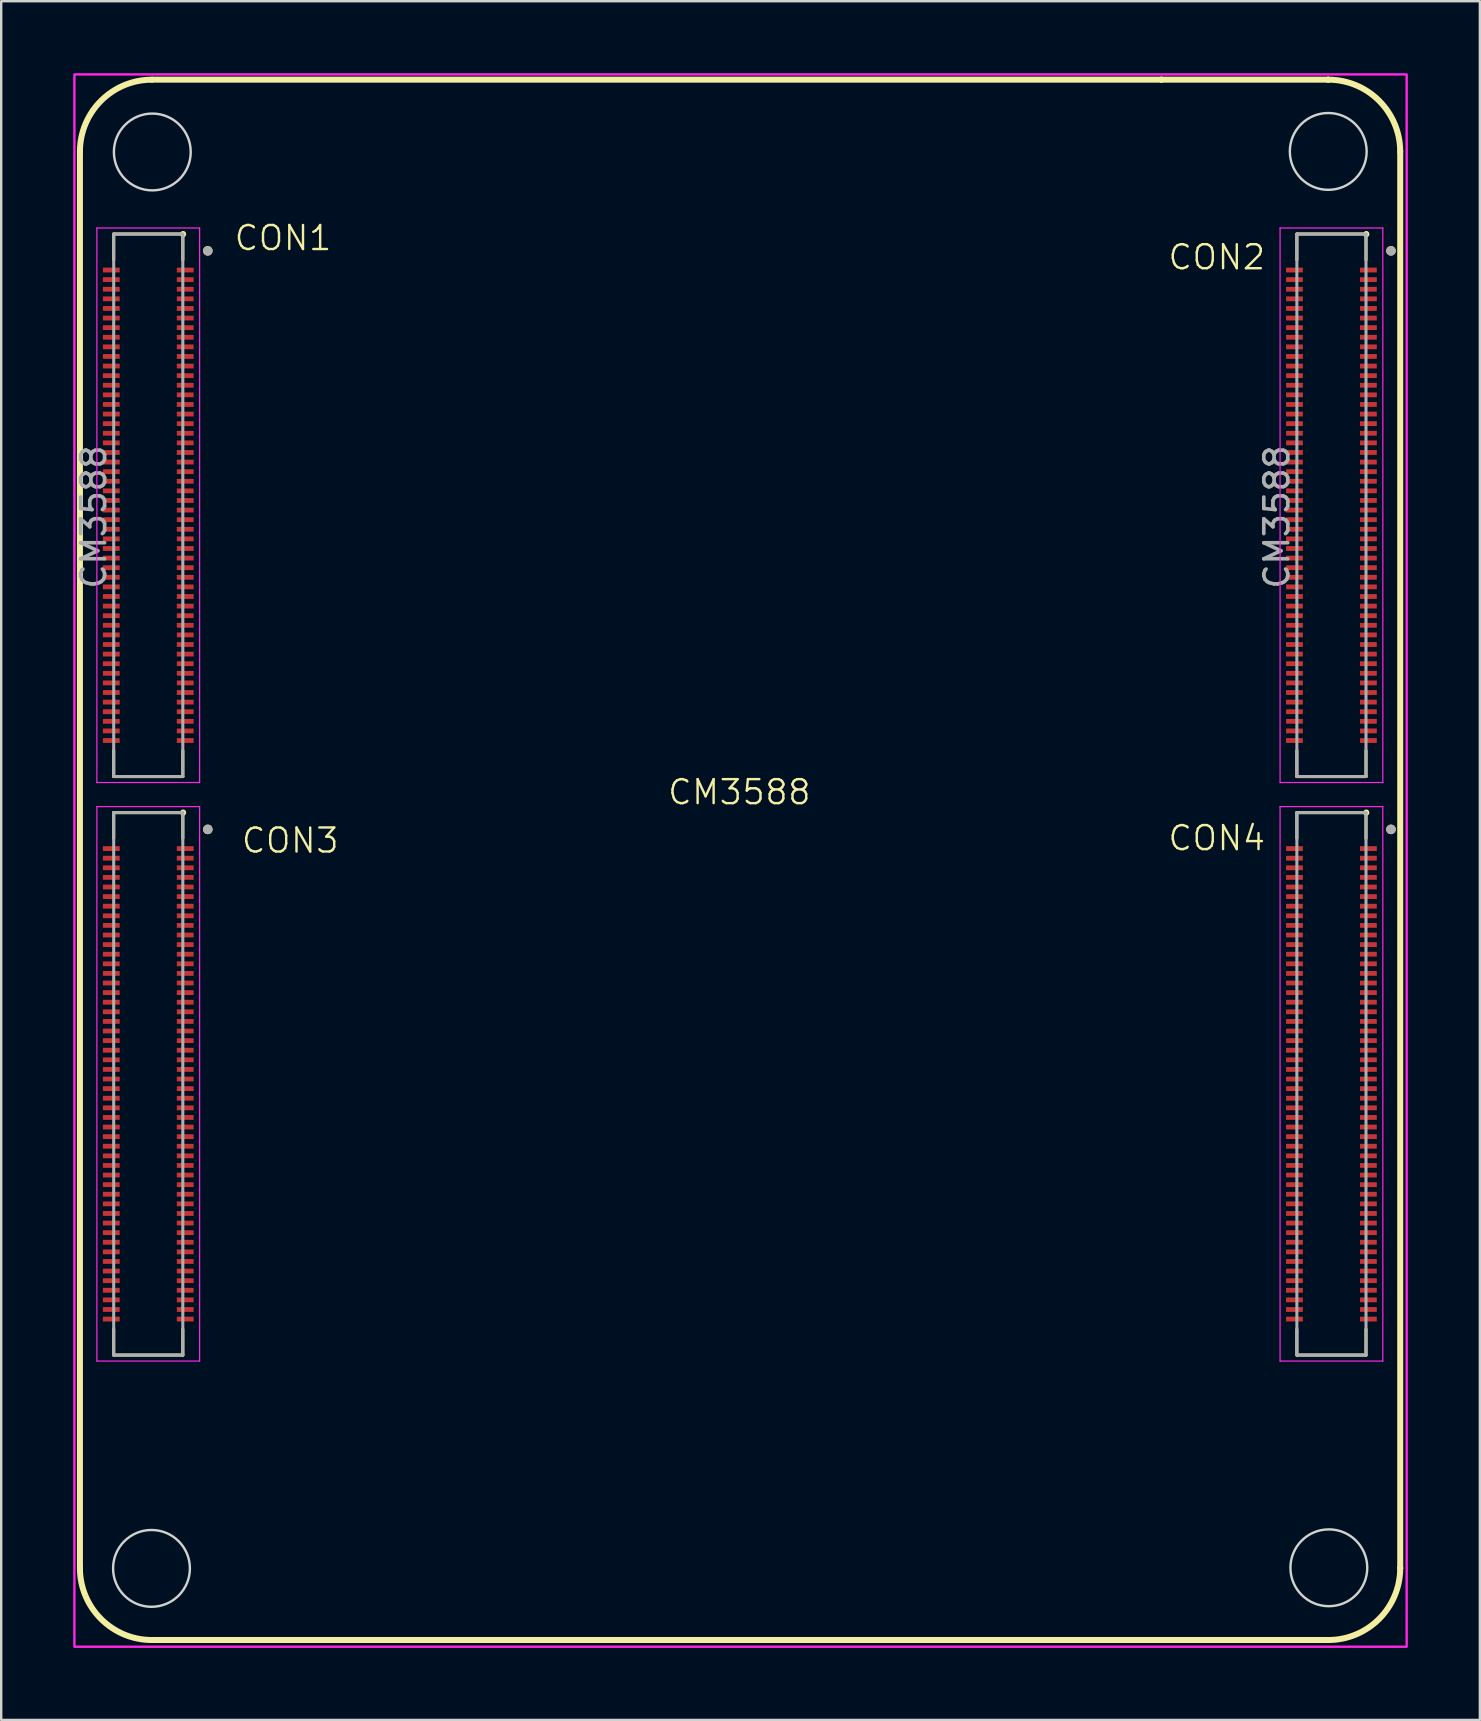
<source format=kicad_pcb>
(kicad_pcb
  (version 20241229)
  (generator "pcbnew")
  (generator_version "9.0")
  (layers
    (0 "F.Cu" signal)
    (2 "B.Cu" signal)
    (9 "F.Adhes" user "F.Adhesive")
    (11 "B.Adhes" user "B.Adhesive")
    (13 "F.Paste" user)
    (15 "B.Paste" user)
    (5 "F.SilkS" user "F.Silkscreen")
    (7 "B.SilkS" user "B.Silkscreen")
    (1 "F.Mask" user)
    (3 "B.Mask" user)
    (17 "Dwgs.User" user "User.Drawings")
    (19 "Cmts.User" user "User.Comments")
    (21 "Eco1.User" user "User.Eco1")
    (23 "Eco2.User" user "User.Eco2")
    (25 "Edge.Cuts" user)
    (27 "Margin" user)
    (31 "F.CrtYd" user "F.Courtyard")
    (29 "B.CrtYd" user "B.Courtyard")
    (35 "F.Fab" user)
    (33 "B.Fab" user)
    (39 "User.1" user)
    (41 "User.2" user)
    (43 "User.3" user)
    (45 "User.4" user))
  (footprint "CM3588"
    (layer "F.Cu")
    (at 27.55 30.05)
    (property "Reference" "CM3588" (at 0.2 -0.1 0) (unlocked yes) (layer "F.SilkS") (effects (font (size 1 1) (thickness 0.1))))
    (attr smd)
    (fp_circle (center -24.289 32.237) (end -21.289 32.237) (stroke (width 0.05) (type solid)) (fill yes) (layer "F.Mask"))
    (fp_circle (center -24.255 -26.769) (end -21.255 -26.769) (stroke (width 0.05) (type solid)) (fill yes) (layer "F.Mask"))
    (fp_circle (center 24.733 -26.792) (end 27.733 -26.792) (stroke (width 0.05) (type solid)) (fill yes) (layer "F.Mask"))
    (fp_circle (center 24.758 32.212) (end 27.758 32.212) (stroke (width 0.05) (type solid)) (fill yes) (layer "F.Mask"))
    (fp_line (start -27.27 32.223) (end -27.27 -26.78) (stroke (width 0.25) (type default)) (layer "F.SilkS"))
    (fp_line (start -25.864 -23.351) (end -25.864 -22.271) (stroke (width 0.127) (type solid)) (layer "F.SilkS"))
    (fp_line (start -25.864 -0.751) (end -25.864 -1.831) (stroke (width 0.127) (type solid)) (layer "F.SilkS"))
    (fp_line (start -25.864 0.751) (end -25.864 1.831) (stroke (width 0.127) (type solid)) (layer "F.SilkS"))
    (fp_line (start -25.864 23.351) (end -25.864 22.271) (stroke (width 0.127) (type solid)) (layer "F.SilkS"))
    (fp_line (start -24.27 -29.78) (end 17.784 -29.78) (stroke (width 0.25) (type default)) (layer "F.SilkS"))
    (fp_line (start -22.984 -23.351) (end -25.864 -23.351) (stroke (width 0.127) (type solid)) (layer "F.SilkS"))
    (fp_line (start -22.984 -23.351) (end -22.984 -22.271) (stroke (width 0.127) (type solid)) (layer "F.SilkS"))
    (fp_line (start -22.984 -1.831) (end -22.984 -0.751) (stroke (width 0.127) (type solid)) (layer "F.SilkS"))
    (fp_line (start -22.984 -0.751) (end -25.864 -0.751) (stroke (width 0.127) (type solid)) (layer "F.SilkS"))
    (fp_line (start -22.984 0.751) (end -25.864 0.751) (stroke (width 0.127) (type solid)) (layer "F.SilkS"))
    (fp_line (start -22.984 0.751) (end -22.984 1.831) (stroke (width 0.127) (type solid)) (layer "F.SilkS"))
    (fp_line (start -22.984 22.271) (end -22.984 23.351) (stroke (width 0.127) (type solid)) (layer "F.SilkS"))
    (fp_line (start -22.984 23.351) (end -25.864 23.351) (stroke (width 0.127) (type solid)) (layer "F.SilkS"))
    (fp_line (start -22.972 0.748) (end -22.972 0.758) (stroke (width 0.25) (type default)) (layer "F.SilkS"))
    (fp_line (start -22.972 -23.353) (end -22.972 -23.343) (stroke (width 0.25) (type default)) (layer "F.SilkS"))
    (fp_line (start 17.785 -29.781) (end 24.731 -29.781) (stroke (width 0.25) (type default)) (layer "F.SilkS"))
    (fp_line (start 23.426 -23.351) (end 23.426 -22.271) (stroke (width 0.127) (type solid)) (layer "F.SilkS"))
    (fp_line (start 23.426 -0.751) (end 23.426 -1.831) (stroke (width 0.127) (type solid)) (layer "F.SilkS"))
    (fp_line (start 23.426 0.751) (end 23.426 1.831) (stroke (width 0.127) (type solid)) (layer "F.SilkS"))
    (fp_line (start 23.426 23.351) (end 23.426 22.271) (stroke (width 0.127) (type solid)) (layer "F.SilkS"))
    (fp_line (start 24.732 35.221) (end -24.272 35.221) (stroke (width 0.25) (type default)) (layer "F.SilkS"))
    (fp_line (start 26.306 -23.351) (end 23.426 -23.351) (stroke (width 0.127) (type solid)) (layer "F.SilkS"))
    (fp_line (start 26.306 -23.351) (end 26.306 -22.271) (stroke (width 0.127) (type solid)) (layer "F.SilkS"))
    (fp_line (start 26.306 -1.831) (end 26.306 -0.751) (stroke (width 0.127) (type solid)) (layer "F.SilkS"))
    (fp_line (start 26.306 -0.751) (end 23.426 -0.751) (stroke (width 0.127) (type solid)) (layer "F.SilkS"))
    (fp_line (start 26.306 0.751) (end 23.426 0.751) (stroke (width 0.127) (type solid)) (layer "F.SilkS"))
    (fp_line (start 26.306 0.751) (end 26.306 1.831) (stroke (width 0.127) (type solid)) (layer "F.SilkS"))
    (fp_line (start 26.306 22.271) (end 26.306 23.351) (stroke (width 0.127) (type solid)) (layer "F.SilkS"))
    (fp_line (start 26.306 23.351) (end 23.426 23.351) (stroke (width 0.127) (type solid)) (layer "F.SilkS"))
    (fp_line (start 26.318 0.747) (end 26.318 0.757) (stroke (width 0.25) (type default)) (layer "F.SilkS"))
    (fp_line (start 26.32 -23.352) (end 26.32 -23.342) (stroke (width 0.25) (type default)) (layer "F.SilkS"))
    (fp_line (start 27.731 -26.782) (end 27.731 32.222) (stroke (width 0.25) (type default)) (layer "F.SilkS"))
    (fp_circle (center -21.944 -22.651) (end -21.944 -22.751) (stroke (width 0.2) (type solid)) (fill no) (layer "F.SilkS"))
    (fp_circle (center -21.944 1.451) (end -21.944 1.351) (stroke (width 0.2) (type solid)) (fill no) (layer "F.SilkS"))
    (fp_circle (center 27.346 -22.651) (end 27.346 -22.751) (stroke (width 0.2) (type solid)) (fill no) (layer "F.SilkS"))
    (fp_circle (center 27.346 1.451) (end 27.346 1.351) (stroke (width 0.2) (type solid)) (fill no) (layer "F.SilkS"))
    (fp_curve (pts (xy -27.27 -26.78) (xy -27.27 -28.437) (xy -25.927 -29.78) (xy -24.27 -29.78)) (stroke (width 0.25) (type default)) (layer "F.SilkS"))
    (fp_curve (pts (xy -27.27 -26.78) (xy -27.27 -26.78) (xy -27.27 -26.78) (xy -27.27 -26.78)) (stroke (width 0.25) (type default)) (layer "F.SilkS"))
    (fp_curve (pts (xy -24.272 35.221) (xy -25.928 35.221) (xy -27.27 33.879) (xy -27.27 32.223)) (stroke (width 0.25) (type default)) (layer "F.SilkS"))
    (fp_curve (pts (xy -24.272 35.221) (xy -24.272 35.221) (xy -24.272 35.221) (xy -24.272 35.221)) (stroke (width 0.25) (type default)) (layer "F.SilkS"))
    (fp_curve (pts (xy 17.784 -29.78) (xy 17.784 -29.78) (xy 17.785 -29.78) (xy 17.785 -29.781)) (stroke (width 0.25) (type default)) (layer "F.SilkS"))
    (fp_curve (pts (xy 24.731 -29.781) (xy 24.731 -29.781) (xy 24.731 -29.781) (xy 24.731 -29.781)) (stroke (width 0.25) (type default)) (layer "F.SilkS"))
    (fp_curve (pts (xy 24.731 -29.781) (xy 26.388 -29.781) (xy 27.731 -28.438) (xy 27.731 -26.782)) (stroke (width 0.25) (type default)) (layer "F.SilkS"))
    (fp_curve (pts (xy 27.731 32.222) (xy 27.731 32.222) (xy 27.731 32.222) (xy 27.731 32.222)) (stroke (width 0.25) (type default)) (layer "F.SilkS"))
    (fp_curve (pts (xy 27.731 32.222) (xy 27.731 33.878) (xy 26.388 35.221) (xy 24.732 35.221)) (stroke (width 0.25) (type default)) (layer "F.SilkS"))
    (fp_rect (start -25.651 -21.94) (end -26.277 -21.761) (stroke (width 0.01) (type solid)) (fill yes) (layer "F.Paste"))
    (fp_rect (start -25.651 -21.54) (end -26.277 -21.361) (stroke (width 0.01) (type solid)) (fill yes) (layer "F.Paste"))
    (fp_rect (start -25.651 -21.14) (end -26.277 -20.961) (stroke (width 0.01) (type solid)) (fill yes) (layer "F.Paste"))
    (fp_rect (start -25.651 -20.74) (end -26.277 -20.561) (stroke (width 0.01) (type solid)) (fill yes) (layer "F.Paste"))
    (fp_rect (start -25.651 -20.34) (end -26.277 -20.161) (stroke (width 0.01) (type solid)) (fill yes) (layer "F.Paste"))
    (fp_rect (start -25.651 -19.94) (end -26.277 -19.761) (stroke (width 0.01) (type solid)) (fill yes) (layer "F.Paste"))
    (fp_rect (start -25.651 -19.54) (end -26.277 -19.361) (stroke (width 0.01) (type solid)) (fill yes) (layer "F.Paste"))
    (fp_rect (start -25.651 -19.14) (end -26.277 -18.961) (stroke (width 0.01) (type solid)) (fill yes) (layer "F.Paste"))
    (fp_rect (start -25.651 -18.74) (end -26.277 -18.561) (stroke (width 0.01) (type solid)) (fill yes) (layer "F.Paste"))
    (fp_rect (start -25.651 -18.34) (end -26.277 -18.161) (stroke (width 0.01) (type solid)) (fill yes) (layer "F.Paste"))
    (fp_rect (start -25.651 -17.94) (end -26.277 -17.761) (stroke (width 0.01) (type solid)) (fill yes) (layer "F.Paste"))
    (fp_rect (start -25.651 -17.54) (end -26.277 -17.361) (stroke (width 0.01) (type solid)) (fill yes) (layer "F.Paste"))
    (fp_rect (start -25.651 -17.14) (end -26.277 -16.961) (stroke (width 0.01) (type solid)) (fill yes) (layer "F.Paste"))
    (fp_rect (start -25.651 -16.74) (end -26.277 -16.561) (stroke (width 0.01) (type solid)) (fill yes) (layer "F.Paste"))
    (fp_rect (start -25.651 -16.34) (end -26.277 -16.161) (stroke (width 0.01) (type solid)) (fill yes) (layer "F.Paste"))
    (fp_rect (start -25.651 -15.94) (end -26.277 -15.761) (stroke (width 0.01) (type solid)) (fill yes) (layer "F.Paste"))
    (fp_rect (start -25.651 -15.54) (end -26.277 -15.361) (stroke (width 0.01) (type solid)) (fill yes) (layer "F.Paste"))
    (fp_rect (start -25.651 -15.14) (end -26.277 -14.961) (stroke (width 0.01) (type solid)) (fill yes) (layer "F.Paste"))
    (fp_rect (start -25.651 -14.74) (end -26.277 -14.561) (stroke (width 0.01) (type solid)) (fill yes) (layer "F.Paste"))
    (fp_rect (start -25.651 -14.34) (end -26.277 -14.161) (stroke (width 0.01) (type solid)) (fill yes) (layer "F.Paste"))
    (fp_rect (start -25.651 -13.94) (end -26.277 -13.761) (stroke (width 0.01) (type solid)) (fill yes) (layer "F.Paste"))
    (fp_rect (start -25.651 -13.54) (end -26.277 -13.361) (stroke (width 0.01) (type solid)) (fill yes) (layer "F.Paste"))
    (fp_rect (start -25.651 -13.14) (end -26.277 -12.961) (stroke (width 0.01) (type solid)) (fill yes) (layer "F.Paste"))
    (fp_rect (start -25.651 -12.74) (end -26.277 -12.561) (stroke (width 0.01) (type solid)) (fill yes) (layer "F.Paste"))
    (fp_rect (start -25.651 -12.34) (end -26.277 -12.161) (stroke (width 0.01) (type solid)) (fill yes) (layer "F.Paste"))
    (fp_rect (start -25.651 -11.94) (end -26.277 -11.761) (stroke (width 0.01) (type solid)) (fill yes) (layer "F.Paste"))
    (fp_rect (start -25.651 -11.54) (end -26.277 -11.361) (stroke (width 0.01) (type solid)) (fill yes) (layer "F.Paste"))
    (fp_rect (start -25.651 -11.14) (end -26.277 -10.961) (stroke (width 0.01) (type solid)) (fill yes) (layer "F.Paste"))
    (fp_rect (start -25.651 -10.74) (end -26.277 -10.561) (stroke (width 0.01) (type solid)) (fill yes) (layer "F.Paste"))
    (fp_rect (start -25.651 -10.34) (end -26.277 -10.161) (stroke (width 0.01) (type solid)) (fill yes) (layer "F.Paste"))
    (fp_rect (start -25.651 -9.94) (end -26.277 -9.761) (stroke (width 0.01) (type solid)) (fill yes) (layer "F.Paste"))
    (fp_rect (start -25.651 -9.54) (end -26.277 -9.361) (stroke (width 0.01) (type solid)) (fill yes) (layer "F.Paste"))
    (fp_rect (start -25.651 -9.14) (end -26.277 -8.961) (stroke (width 0.01) (type solid)) (fill yes) (layer "F.Paste"))
    (fp_rect (start -25.651 -8.74) (end -26.277 -8.561) (stroke (width 0.01) (type solid)) (fill yes) (layer "F.Paste"))
    (fp_rect (start -25.651 -8.34) (end -26.277 -8.161) (stroke (width 0.01) (type solid)) (fill yes) (layer "F.Paste"))
    (fp_rect (start -25.651 -7.94) (end -26.277 -7.761) (stroke (width 0.01) (type solid)) (fill yes) (layer "F.Paste"))
    (fp_rect (start -25.651 -7.54) (end -26.277 -7.361) (stroke (width 0.01) (type solid)) (fill yes) (layer "F.Paste"))
    (fp_rect (start -25.651 -7.14) (end -26.277 -6.961) (stroke (width 0.01) (type solid)) (fill yes) (layer "F.Paste"))
    (fp_rect (start -25.651 -6.74) (end -26.277 -6.561) (stroke (width 0.01) (type solid)) (fill yes) (layer "F.Paste"))
    (fp_rect (start -25.651 -6.34) (end -26.277 -6.161) (stroke (width 0.01) (type solid)) (fill yes) (layer "F.Paste"))
    (fp_rect (start -25.651 -5.94) (end -26.277 -5.761) (stroke (width 0.01) (type solid)) (fill yes) (layer "F.Paste"))
    (fp_rect (start -25.651 -5.54) (end -26.277 -5.361) (stroke (width 0.01) (type solid)) (fill yes) (layer "F.Paste"))
    (fp_rect (start -25.651 -5.14) (end -26.277 -4.961) (stroke (width 0.01) (type solid)) (fill yes) (layer "F.Paste"))
    (fp_rect (start -25.651 -4.74) (end -26.277 -4.561) (stroke (width 0.01) (type solid)) (fill yes) (layer "F.Paste"))
    (fp_rect (start -25.651 -4.34) (end -26.277 -4.161) (stroke (width 0.01) (type solid)) (fill yes) (layer "F.Paste"))
    (fp_rect (start -25.651 -3.94) (end -26.277 -3.761) (stroke (width 0.01) (type solid)) (fill yes) (layer "F.Paste"))
    (fp_rect (start -25.651 -3.54) (end -26.277 -3.361) (stroke (width 0.01) (type solid)) (fill yes) (layer "F.Paste"))
    (fp_rect (start -25.651 -3.14) (end -26.277 -2.961) (stroke (width 0.01) (type solid)) (fill yes) (layer "F.Paste"))
    (fp_rect (start -25.651 -2.74) (end -26.277 -2.561) (stroke (width 0.01) (type solid)) (fill yes) (layer "F.Paste"))
    (fp_rect (start -25.651 -2.34) (end -26.277 -2.161) (stroke (width 0.01) (type solid)) (fill yes) (layer "F.Paste"))
    (fp_rect (start -25.651 2.161) (end -26.277 2.34) (stroke (width 0.01) (type solid)) (fill yes) (layer "F.Paste"))
    (fp_rect (start -25.651 2.561) (end -26.277 2.74) (stroke (width 0.01) (type solid)) (fill yes) (layer "F.Paste"))
    (fp_rect (start -25.651 2.961) (end -26.277 3.14) (stroke (width 0.01) (type solid)) (fill yes) (layer "F.Paste"))
    (fp_rect (start -25.651 3.361) (end -26.277 3.54) (stroke (width 0.01) (type solid)) (fill yes) (layer "F.Paste"))
    (fp_rect (start -25.651 3.761) (end -26.277 3.94) (stroke (width 0.01) (type solid)) (fill yes) (layer "F.Paste"))
    (fp_rect (start -25.651 4.161) (end -26.277 4.34) (stroke (width 0.01) (type solid)) (fill yes) (layer "F.Paste"))
    (fp_rect (start -25.651 4.561) (end -26.277 4.74) (stroke (width 0.01) (type solid)) (fill yes) (layer "F.Paste"))
    (fp_rect (start -25.651 4.961) (end -26.277 5.14) (stroke (width 0.01) (type solid)) (fill yes) (layer "F.Paste"))
    (fp_rect (start -25.651 5.361) (end -26.277 5.54) (stroke (width 0.01) (type solid)) (fill yes) (layer "F.Paste"))
    (fp_rect (start -25.651 5.761) (end -26.277 5.94) (stroke (width 0.01) (type solid)) (fill yes) (layer "F.Paste"))
    (fp_rect (start -25.651 6.161) (end -26.277 6.34) (stroke (width 0.01) (type solid)) (fill yes) (layer "F.Paste"))
    (fp_rect (start -25.651 6.561) (end -26.277 6.74) (stroke (width 0.01) (type solid)) (fill yes) (layer "F.Paste"))
    (fp_rect (start -25.651 6.961) (end -26.277 7.14) (stroke (width 0.01) (type solid)) (fill yes) (layer "F.Paste"))
    (fp_rect (start -25.651 7.361) (end -26.277 7.54) (stroke (width 0.01) (type solid)) (fill yes) (layer "F.Paste"))
    (fp_rect (start -25.651 7.761) (end -26.277 7.94) (stroke (width 0.01) (type solid)) (fill yes) (layer "F.Paste"))
    (fp_rect (start -25.651 8.161) (end -26.277 8.34) (stroke (width 0.01) (type solid)) (fill yes) (layer "F.Paste"))
    (fp_rect (start -25.651 8.561) (end -26.277 8.74) (stroke (width 0.01) (type solid)) (fill yes) (layer "F.Paste"))
    (fp_rect (start -25.651 8.961) (end -26.277 9.14) (stroke (width 0.01) (type solid)) (fill yes) (layer "F.Paste"))
    (fp_rect (start -25.651 9.361) (end -26.277 9.54) (stroke (width 0.01) (type solid)) (fill yes) (layer "F.Paste"))
    (fp_rect (start -25.651 9.761) (end -26.277 9.94) (stroke (width 0.01) (type solid)) (fill yes) (layer "F.Paste"))
    (fp_rect (start -25.651 10.161) (end -26.277 10.34) (stroke (width 0.01) (type solid)) (fill yes) (layer "F.Paste"))
    (fp_rect (start -25.651 10.561) (end -26.277 10.74) (stroke (width 0.01) (type solid)) (fill yes) (layer "F.Paste"))
    (fp_rect (start -25.651 10.961) (end -26.277 11.14) (stroke (width 0.01) (type solid)) (fill yes) (layer "F.Paste"))
    (fp_rect (start -25.651 11.361) (end -26.277 11.54) (stroke (width 0.01) (type solid)) (fill yes) (layer "F.Paste"))
    (fp_rect (start -25.651 11.761) (end -26.277 11.94) (stroke (width 0.01) (type solid)) (fill yes) (layer "F.Paste"))
    (fp_rect (start -25.651 12.161) (end -26.277 12.34) (stroke (width 0.01) (type solid)) (fill yes) (layer "F.Paste"))
    (fp_rect (start -25.651 12.561) (end -26.277 12.74) (stroke (width 0.01) (type solid)) (fill yes) (layer "F.Paste"))
    (fp_rect (start -25.651 12.961) (end -26.277 13.14) (stroke (width 0.01) (type solid)) (fill yes) (layer "F.Paste"))
    (fp_rect (start -25.651 13.361) (end -26.277 13.54) (stroke (width 0.01) (type solid)) (fill yes) (layer "F.Paste"))
    (fp_rect (start -25.651 13.761) (end -26.277 13.94) (stroke (width 0.01) (type solid)) (fill yes) (layer "F.Paste"))
    (fp_rect (start -25.651 14.161) (end -26.277 14.34) (stroke (width 0.01) (type solid)) (fill yes) (layer "F.Paste"))
    (fp_rect (start -25.651 14.561) (end -26.277 14.74) (stroke (width 0.01) (type solid)) (fill yes) (layer "F.Paste"))
    (fp_rect (start -25.651 14.961) (end -26.277 15.14) (stroke (width 0.01) (type solid)) (fill yes) (layer "F.Paste"))
    (fp_rect (start -25.651 15.361) (end -26.277 15.54) (stroke (width 0.01) (type solid)) (fill yes) (layer "F.Paste"))
    (fp_rect (start -25.651 15.761) (end -26.277 15.94) (stroke (width 0.01) (type solid)) (fill yes) (layer "F.Paste"))
    (fp_rect (start -25.651 16.161) (end -26.277 16.34) (stroke (width 0.01) (type solid)) (fill yes) (layer "F.Paste"))
    (fp_rect (start -25.651 16.561) (end -26.277 16.74) (stroke (width 0.01) (type solid)) (fill yes) (layer "F.Paste"))
    (fp_rect (start -25.651 16.961) (end -26.277 17.14) (stroke (width 0.01) (type solid)) (fill yes) (layer "F.Paste"))
    (fp_rect (start -25.651 17.361) (end -26.277 17.54) (stroke (width 0.01) (type solid)) (fill yes) (layer "F.Paste"))
    (fp_rect (start -25.651 17.761) (end -26.277 17.94) (stroke (width 0.01) (type solid)) (fill yes) (layer "F.Paste"))
    (fp_rect (start -25.651 18.161) (end -26.277 18.34) (stroke (width 0.01) (type solid)) (fill yes) (layer "F.Paste"))
    (fp_rect (start -25.651 18.561) (end -26.277 18.74) (stroke (width 0.01) (type solid)) (fill yes) (layer "F.Paste"))
    (fp_rect (start -25.651 18.961) (end -26.277 19.14) (stroke (width 0.01) (type solid)) (fill yes) (layer "F.Paste"))
    (fp_rect (start -25.651 19.361) (end -26.277 19.54) (stroke (width 0.01) (type solid)) (fill yes) (layer "F.Paste"))
    (fp_rect (start -25.651 19.761) (end -26.277 19.94) (stroke (width 0.01) (type solid)) (fill yes) (layer "F.Paste"))
    (fp_rect (start -25.651 20.161) (end -26.277 20.34) (stroke (width 0.01) (type solid)) (fill yes) (layer "F.Paste"))
    (fp_rect (start -25.651 20.561) (end -26.277 20.74) (stroke (width 0.01) (type solid)) (fill yes) (layer "F.Paste"))
    (fp_rect (start -25.651 20.961) (end -26.277 21.14) (stroke (width 0.01) (type solid)) (fill yes) (layer "F.Paste"))
    (fp_rect (start -25.651 21.361) (end -26.277 21.54) (stroke (width 0.01) (type solid)) (fill yes) (layer "F.Paste"))
    (fp_rect (start -25.651 21.761) (end -26.277 21.94) (stroke (width 0.01) (type solid)) (fill yes) (layer "F.Paste"))
    (fp_rect (start -22.571 -21.94) (end -23.197 -21.761) (stroke (width 0.01) (type solid)) (fill yes) (layer "F.Paste"))
    (fp_rect (start -22.571 -21.54) (end -23.197 -21.361) (stroke (width 0.01) (type solid)) (fill yes) (layer "F.Paste"))
    (fp_rect (start -22.571 -21.14) (end -23.197 -20.961) (stroke (width 0.01) (type solid)) (fill yes) (layer "F.Paste"))
    (fp_rect (start -22.571 -20.74) (end -23.197 -20.561) (stroke (width 0.01) (type solid)) (fill yes) (layer "F.Paste"))
    (fp_rect (start -22.571 -20.34) (end -23.197 -20.161) (stroke (width 0.01) (type solid)) (fill yes) (layer "F.Paste"))
    (fp_rect (start -22.571 -19.94) (end -23.197 -19.761) (stroke (width 0.01) (type solid)) (fill yes) (layer "F.Paste"))
    (fp_rect (start -22.571 -19.54) (end -23.197 -19.361) (stroke (width 0.01) (type solid)) (fill yes) (layer "F.Paste"))
    (fp_rect (start -22.571 -19.14) (end -23.197 -18.961) (stroke (width 0.01) (type solid)) (fill yes) (layer "F.Paste"))
    (fp_rect (start -22.571 -18.74) (end -23.197 -18.561) (stroke (width 0.01) (type solid)) (fill yes) (layer "F.Paste"))
    (fp_rect (start -22.571 -18.34) (end -23.197 -18.161) (stroke (width 0.01) (type solid)) (fill yes) (layer "F.Paste"))
    (fp_rect (start -22.571 -17.94) (end -23.197 -17.761) (stroke (width 0.01) (type solid)) (fill yes) (layer "F.Paste"))
    (fp_rect (start -22.571 -17.54) (end -23.197 -17.361) (stroke (width 0.01) (type solid)) (fill yes) (layer "F.Paste"))
    (fp_rect (start -22.571 -17.14) (end -23.197 -16.961) (stroke (width 0.01) (type solid)) (fill yes) (layer "F.Paste"))
    (fp_rect (start -22.571 -16.74) (end -23.197 -16.561) (stroke (width 0.01) (type solid)) (fill yes) (layer "F.Paste"))
    (fp_rect (start -22.571 -16.34) (end -23.197 -16.161) (stroke (width 0.01) (type solid)) (fill yes) (layer "F.Paste"))
    (fp_rect (start -22.571 -15.94) (end -23.197 -15.761) (stroke (width 0.01) (type solid)) (fill yes) (layer "F.Paste"))
    (fp_rect (start -22.571 -15.54) (end -23.197 -15.361) (stroke (width 0.01) (type solid)) (fill yes) (layer "F.Paste"))
    (fp_rect (start -22.571 -15.14) (end -23.197 -14.961) (stroke (width 0.01) (type solid)) (fill yes) (layer "F.Paste"))
    (fp_rect (start -22.571 -14.74) (end -23.197 -14.561) (stroke (width 0.01) (type solid)) (fill yes) (layer "F.Paste"))
    (fp_rect (start -22.571 -14.34) (end -23.197 -14.161) (stroke (width 0.01) (type solid)) (fill yes) (layer "F.Paste"))
    (fp_rect (start -22.571 -13.94) (end -23.197 -13.761) (stroke (width 0.01) (type solid)) (fill yes) (layer "F.Paste"))
    (fp_rect (start -22.571 -13.54) (end -23.197 -13.361) (stroke (width 0.01) (type solid)) (fill yes) (layer "F.Paste"))
    (fp_rect (start -22.571 -13.14) (end -23.197 -12.961) (stroke (width 0.01) (type solid)) (fill yes) (layer "F.Paste"))
    (fp_rect (start -22.571 -12.74) (end -23.197 -12.561) (stroke (width 0.01) (type solid)) (fill yes) (layer "F.Paste"))
    (fp_rect (start -22.571 -12.34) (end -23.197 -12.161) (stroke (width 0.01) (type solid)) (fill yes) (layer "F.Paste"))
    (fp_rect (start -22.571 -11.94) (end -23.197 -11.761) (stroke (width 0.01) (type solid)) (fill yes) (layer "F.Paste"))
    (fp_rect (start -22.571 -11.54) (end -23.197 -11.361) (stroke (width 0.01) (type solid)) (fill yes) (layer "F.Paste"))
    (fp_rect (start -22.571 -11.14) (end -23.197 -10.961) (stroke (width 0.01) (type solid)) (fill yes) (layer "F.Paste"))
    (fp_rect (start -22.571 -10.74) (end -23.197 -10.561) (stroke (width 0.01) (type solid)) (fill yes) (layer "F.Paste"))
    (fp_rect (start -22.571 -10.34) (end -23.197 -10.161) (stroke (width 0.01) (type solid)) (fill yes) (layer "F.Paste"))
    (fp_rect (start -22.571 -9.94) (end -23.197 -9.761) (stroke (width 0.01) (type solid)) (fill yes) (layer "F.Paste"))
    (fp_rect (start -22.571 -9.54) (end -23.197 -9.361) (stroke (width 0.01) (type solid)) (fill yes) (layer "F.Paste"))
    (fp_rect (start -22.571 -9.14) (end -23.197 -8.961) (stroke (width 0.01) (type solid)) (fill yes) (layer "F.Paste"))
    (fp_rect (start -22.571 -8.74) (end -23.197 -8.561) (stroke (width 0.01) (type solid)) (fill yes) (layer "F.Paste"))
    (fp_rect (start -22.571 -8.34) (end -23.197 -8.161) (stroke (width 0.01) (type solid)) (fill yes) (layer "F.Paste"))
    (fp_rect (start -22.571 -7.94) (end -23.197 -7.761) (stroke (width 0.01) (type solid)) (fill yes) (layer "F.Paste"))
    (fp_rect (start -22.571 -7.54) (end -23.197 -7.361) (stroke (width 0.01) (type solid)) (fill yes) (layer "F.Paste"))
    (fp_rect (start -22.571 -7.14) (end -23.197 -6.961) (stroke (width 0.01) (type solid)) (fill yes) (layer "F.Paste"))
    (fp_rect (start -22.571 -6.74) (end -23.197 -6.561) (stroke (width 0.01) (type solid)) (fill yes) (layer "F.Paste"))
    (fp_rect (start -22.571 -6.34) (end -23.197 -6.161) (stroke (width 0.01) (type solid)) (fill yes) (layer "F.Paste"))
    (fp_rect (start -22.571 -5.94) (end -23.197 -5.761) (stroke (width 0.01) (type solid)) (fill yes) (layer "F.Paste"))
    (fp_rect (start -22.571 -5.54) (end -23.197 -5.361) (stroke (width 0.01) (type solid)) (fill yes) (layer "F.Paste"))
    (fp_rect (start -22.571 -5.14) (end -23.197 -4.961) (stroke (width 0.01) (type solid)) (fill yes) (layer "F.Paste"))
    (fp_rect (start -22.571 -4.74) (end -23.197 -4.561) (stroke (width 0.01) (type solid)) (fill yes) (layer "F.Paste"))
    (fp_rect (start -22.571 -4.34) (end -23.197 -4.161) (stroke (width 0.01) (type solid)) (fill yes) (layer "F.Paste"))
    (fp_rect (start -22.571 -3.94) (end -23.197 -3.761) (stroke (width 0.01) (type solid)) (fill yes) (layer "F.Paste"))
    (fp_rect (start -22.571 -3.54) (end -23.197 -3.361) (stroke (width 0.01) (type solid)) (fill yes) (layer "F.Paste"))
    (fp_rect (start -22.571 -3.14) (end -23.197 -2.961) (stroke (width 0.01) (type solid)) (fill yes) (layer "F.Paste"))
    (fp_rect (start -22.571 -2.74) (end -23.197 -2.561) (stroke (width 0.01) (type solid)) (fill yes) (layer "F.Paste"))
    (fp_rect (start -22.571 -2.34) (end -23.197 -2.161) (stroke (width 0.01) (type solid)) (fill yes) (layer "F.Paste"))
    (fp_rect (start -22.571 2.161) (end -23.197 2.34) (stroke (width 0.01) (type solid)) (fill yes) (layer "F.Paste"))
    (fp_rect (start -22.571 2.561) (end -23.197 2.74) (stroke (width 0.01) (type solid)) (fill yes) (layer "F.Paste"))
    (fp_rect (start -22.571 2.961) (end -23.197 3.14) (stroke (width 0.01) (type solid)) (fill yes) (layer "F.Paste"))
    (fp_rect (start -22.571 3.361) (end -23.197 3.54) (stroke (width 0.01) (type solid)) (fill yes) (layer "F.Paste"))
    (fp_rect (start -22.571 3.761) (end -23.197 3.94) (stroke (width 0.01) (type solid)) (fill yes) (layer "F.Paste"))
    (fp_rect (start -22.571 4.161) (end -23.197 4.34) (stroke (width 0.01) (type solid)) (fill yes) (layer "F.Paste"))
    (fp_rect (start -22.571 4.561) (end -23.197 4.74) (stroke (width 0.01) (type solid)) (fill yes) (layer "F.Paste"))
    (fp_rect (start -22.571 4.961) (end -23.197 5.14) (stroke (width 0.01) (type solid)) (fill yes) (layer "F.Paste"))
    (fp_rect (start -22.571 5.361) (end -23.197 5.54) (stroke (width 0.01) (type solid)) (fill yes) (layer "F.Paste"))
    (fp_rect (start -22.571 5.761) (end -23.197 5.94) (stroke (width 0.01) (type solid)) (fill yes) (layer "F.Paste"))
    (fp_rect (start -22.571 6.161) (end -23.197 6.34) (stroke (width 0.01) (type solid)) (fill yes) (layer "F.Paste"))
    (fp_rect (start -22.571 6.561) (end -23.197 6.74) (stroke (width 0.01) (type solid)) (fill yes) (layer "F.Paste"))
    (fp_rect (start -22.571 6.961) (end -23.197 7.14) (stroke (width 0.01) (type solid)) (fill yes) (layer "F.Paste"))
    (fp_rect (start -22.571 7.361) (end -23.197 7.54) (stroke (width 0.01) (type solid)) (fill yes) (layer "F.Paste"))
    (fp_rect (start -22.571 7.761) (end -23.197 7.94) (stroke (width 0.01) (type solid)) (fill yes) (layer "F.Paste"))
    (fp_rect (start -22.571 8.161) (end -23.197 8.34) (stroke (width 0.01) (type solid)) (fill yes) (layer "F.Paste"))
    (fp_rect (start -22.571 8.561) (end -23.197 8.74) (stroke (width 0.01) (type solid)) (fill yes) (layer "F.Paste"))
    (fp_rect (start -22.571 8.961) (end -23.197 9.14) (stroke (width 0.01) (type solid)) (fill yes) (layer "F.Paste"))
    (fp_rect (start -22.571 9.361) (end -23.197 9.54) (stroke (width 0.01) (type solid)) (fill yes) (layer "F.Paste"))
    (fp_rect (start -22.571 9.761) (end -23.197 9.94) (stroke (width 0.01) (type solid)) (fill yes) (layer "F.Paste"))
    (fp_rect (start -22.571 10.161) (end -23.197 10.34) (stroke (width 0.01) (type solid)) (fill yes) (layer "F.Paste"))
    (fp_rect (start -22.571 10.561) (end -23.197 10.74) (stroke (width 0.01) (type solid)) (fill yes) (layer "F.Paste"))
    (fp_rect (start -22.571 10.961) (end -23.197 11.14) (stroke (width 0.01) (type solid)) (fill yes) (layer "F.Paste"))
    (fp_rect (start -22.571 11.361) (end -23.197 11.54) (stroke (width 0.01) (type solid)) (fill yes) (layer "F.Paste"))
    (fp_rect (start -22.571 11.761) (end -23.197 11.94) (stroke (width 0.01) (type solid)) (fill yes) (layer "F.Paste"))
    (fp_rect (start -22.571 12.161) (end -23.197 12.34) (stroke (width 0.01) (type solid)) (fill yes) (layer "F.Paste"))
    (fp_rect (start -22.571 12.561) (end -23.197 12.74) (stroke (width 0.01) (type solid)) (fill yes) (layer "F.Paste"))
    (fp_rect (start -22.571 12.961) (end -23.197 13.14) (stroke (width 0.01) (type solid)) (fill yes) (layer "F.Paste"))
    (fp_rect (start -22.571 13.361) (end -23.197 13.54) (stroke (width 0.01) (type solid)) (fill yes) (layer "F.Paste"))
    (fp_rect (start -22.571 13.761) (end -23.197 13.94) (stroke (width 0.01) (type solid)) (fill yes) (layer "F.Paste"))
    (fp_rect (start -22.571 14.161) (end -23.197 14.34) (stroke (width 0.01) (type solid)) (fill yes) (layer "F.Paste"))
    (fp_rect (start -22.571 14.561) (end -23.197 14.74) (stroke (width 0.01) (type solid)) (fill yes) (layer "F.Paste"))
    (fp_rect (start -22.571 14.961) (end -23.197 15.14) (stroke (width 0.01) (type solid)) (fill yes) (layer "F.Paste"))
    (fp_rect (start -22.571 15.361) (end -23.197 15.54) (stroke (width 0.01) (type solid)) (fill yes) (layer "F.Paste"))
    (fp_rect (start -22.571 15.761) (end -23.197 15.94) (stroke (width 0.01) (type solid)) (fill yes) (layer "F.Paste"))
    (fp_rect (start -22.571 16.161) (end -23.197 16.34) (stroke (width 0.01) (type solid)) (fill yes) (layer "F.Paste"))
    (fp_rect (start -22.571 16.561) (end -23.197 16.74) (stroke (width 0.01) (type solid)) (fill yes) (layer "F.Paste"))
    (fp_rect (start -22.571 16.961) (end -23.197 17.14) (stroke (width 0.01) (type solid)) (fill yes) (layer "F.Paste"))
    (fp_rect (start -22.571 17.361) (end -23.197 17.54) (stroke (width 0.01) (type solid)) (fill yes) (layer "F.Paste"))
    (fp_rect (start -22.571 17.761) (end -23.197 17.94) (stroke (width 0.01) (type solid)) (fill yes) (layer "F.Paste"))
    (fp_rect (start -22.571 18.161) (end -23.197 18.34) (stroke (width 0.01) (type solid)) (fill yes) (layer "F.Paste"))
    (fp_rect (start -22.571 18.561) (end -23.197 18.74) (stroke (width 0.01) (type solid)) (fill yes) (layer "F.Paste"))
    (fp_rect (start -22.571 18.961) (end -23.197 19.14) (stroke (width 0.01) (type solid)) (fill yes) (layer "F.Paste"))
    (fp_rect (start -22.571 19.361) (end -23.197 19.54) (stroke (width 0.01) (type solid)) (fill yes) (layer "F.Paste"))
    (fp_rect (start -22.571 19.761) (end -23.197 19.94) (stroke (width 0.01) (type solid)) (fill yes) (layer "F.Paste"))
    (fp_rect (start -22.571 20.161) (end -23.197 20.34) (stroke (width 0.01) (type solid)) (fill yes) (layer "F.Paste"))
    (fp_rect (start -22.571 20.561) (end -23.197 20.74) (stroke (width 0.01) (type solid)) (fill yes) (layer "F.Paste"))
    (fp_rect (start -22.571 20.961) (end -23.197 21.14) (stroke (width 0.01) (type solid)) (fill yes) (layer "F.Paste"))
    (fp_rect (start -22.571 21.361) (end -23.197 21.54) (stroke (width 0.01) (type solid)) (fill yes) (layer "F.Paste"))
    (fp_rect (start -22.571 21.761) (end -23.197 21.94) (stroke (width 0.01) (type solid)) (fill yes) (layer "F.Paste"))
    (fp_rect (start 23.639 -21.94) (end 23.013 -21.761) (stroke (width 0.01) (type solid)) (fill yes) (layer "F.Paste"))
    (fp_rect (start 23.639 -21.54) (end 23.013 -21.361) (stroke (width 0.01) (type solid)) (fill yes) (layer "F.Paste"))
    (fp_rect (start 23.639 -21.14) (end 23.013 -20.961) (stroke (width 0.01) (type solid)) (fill yes) (layer "F.Paste"))
    (fp_rect (start 23.639 -20.74) (end 23.013 -20.561) (stroke (width 0.01) (type solid)) (fill yes) (layer "F.Paste"))
    (fp_rect (start 23.639 -20.34) (end 23.013 -20.161) (stroke (width 0.01) (type solid)) (fill yes) (layer "F.Paste"))
    (fp_rect (start 23.639 -19.94) (end 23.013 -19.761) (stroke (width 0.01) (type solid)) (fill yes) (layer "F.Paste"))
    (fp_rect (start 23.639 -19.54) (end 23.013 -19.361) (stroke (width 0.01) (type solid)) (fill yes) (layer "F.Paste"))
    (fp_rect (start 23.639 -19.14) (end 23.013 -18.961) (stroke (width 0.01) (type solid)) (fill yes) (layer "F.Paste"))
    (fp_rect (start 23.639 -18.74) (end 23.013 -18.561) (stroke (width 0.01) (type solid)) (fill yes) (layer "F.Paste"))
    (fp_rect (start 23.639 -18.34) (end 23.013 -18.161) (stroke (width 0.01) (type solid)) (fill yes) (layer "F.Paste"))
    (fp_rect (start 23.639 -17.94) (end 23.013 -17.761) (stroke (width 0.01) (type solid)) (fill yes) (layer "F.Paste"))
    (fp_rect (start 23.639 -17.54) (end 23.013 -17.361) (stroke (width 0.01) (type solid)) (fill yes) (layer "F.Paste"))
    (fp_rect (start 23.639 -17.14) (end 23.013 -16.961) (stroke (width 0.01) (type solid)) (fill yes) (layer "F.Paste"))
    (fp_rect (start 23.639 -16.74) (end 23.013 -16.561) (stroke (width 0.01) (type solid)) (fill yes) (layer "F.Paste"))
    (fp_rect (start 23.639 -16.34) (end 23.013 -16.161) (stroke (width 0.01) (type solid)) (fill yes) (layer "F.Paste"))
    (fp_rect (start 23.639 -15.94) (end 23.013 -15.761) (stroke (width 0.01) (type solid)) (fill yes) (layer "F.Paste"))
    (fp_rect (start 23.639 -15.54) (end 23.013 -15.361) (stroke (width 0.01) (type solid)) (fill yes) (layer "F.Paste"))
    (fp_rect (start 23.639 -15.14) (end 23.013 -14.961) (stroke (width 0.01) (type solid)) (fill yes) (layer "F.Paste"))
    (fp_rect (start 23.639 -14.74) (end 23.013 -14.561) (stroke (width 0.01) (type solid)) (fill yes) (layer "F.Paste"))
    (fp_rect (start 23.639 -14.34) (end 23.013 -14.161) (stroke (width 0.01) (type solid)) (fill yes) (layer "F.Paste"))
    (fp_rect (start 23.639 -13.94) (end 23.013 -13.761) (stroke (width 0.01) (type solid)) (fill yes) (layer "F.Paste"))
    (fp_rect (start 23.639 -13.54) (end 23.013 -13.361) (stroke (width 0.01) (type solid)) (fill yes) (layer "F.Paste"))
    (fp_rect (start 23.639 -13.14) (end 23.013 -12.961) (stroke (width 0.01) (type solid)) (fill yes) (layer "F.Paste"))
    (fp_rect (start 23.639 -12.74) (end 23.013 -12.561) (stroke (width 0.01) (type solid)) (fill yes) (layer "F.Paste"))
    (fp_rect (start 23.639 -12.34) (end 23.013 -12.161) (stroke (width 0.01) (type solid)) (fill yes) (layer "F.Paste"))
    (fp_rect (start 23.639 -11.94) (end 23.013 -11.761) (stroke (width 0.01) (type solid)) (fill yes) (layer "F.Paste"))
    (fp_rect (start 23.639 -11.54) (end 23.013 -11.361) (stroke (width 0.01) (type solid)) (fill yes) (layer "F.Paste"))
    (fp_rect (start 23.639 -11.14) (end 23.013 -10.961) (stroke (width 0.01) (type solid)) (fill yes) (layer "F.Paste"))
    (fp_rect (start 23.639 -10.74) (end 23.013 -10.561) (stroke (width 0.01) (type solid)) (fill yes) (layer "F.Paste"))
    (fp_rect (start 23.639 -10.34) (end 23.013 -10.161) (stroke (width 0.01) (type solid)) (fill yes) (layer "F.Paste"))
    (fp_rect (start 23.639 -9.94) (end 23.013 -9.761) (stroke (width 0.01) (type solid)) (fill yes) (layer "F.Paste"))
    (fp_rect (start 23.639 -9.54) (end 23.013 -9.361) (stroke (width 0.01) (type solid)) (fill yes) (layer "F.Paste"))
    (fp_rect (start 23.639 -9.14) (end 23.013 -8.961) (stroke (width 0.01) (type solid)) (fill yes) (layer "F.Paste"))
    (fp_rect (start 23.639 -8.74) (end 23.013 -8.561) (stroke (width 0.01) (type solid)) (fill yes) (layer "F.Paste"))
    (fp_rect (start 23.639 -8.34) (end 23.013 -8.161) (stroke (width 0.01) (type solid)) (fill yes) (layer "F.Paste"))
    (fp_rect (start 23.639 -7.94) (end 23.013 -7.761) (stroke (width 0.01) (type solid)) (fill yes) (layer "F.Paste"))
    (fp_rect (start 23.639 -7.54) (end 23.013 -7.361) (stroke (width 0.01) (type solid)) (fill yes) (layer "F.Paste"))
    (fp_rect (start 23.639 -7.14) (end 23.013 -6.961) (stroke (width 0.01) (type solid)) (fill yes) (layer "F.Paste"))
    (fp_rect (start 23.639 -6.74) (end 23.013 -6.561) (stroke (width 0.01) (type solid)) (fill yes) (layer "F.Paste"))
    (fp_rect (start 23.639 -6.34) (end 23.013 -6.161) (stroke (width 0.01) (type solid)) (fill yes) (layer "F.Paste"))
    (fp_rect (start 23.639 -5.94) (end 23.013 -5.761) (stroke (width 0.01) (type solid)) (fill yes) (layer "F.Paste"))
    (fp_rect (start 23.639 -5.54) (end 23.013 -5.361) (stroke (width 0.01) (type solid)) (fill yes) (layer "F.Paste"))
    (fp_rect (start 23.639 -5.14) (end 23.013 -4.961) (stroke (width 0.01) (type solid)) (fill yes) (layer "F.Paste"))
    (fp_rect (start 23.639 -4.74) (end 23.013 -4.561) (stroke (width 0.01) (type solid)) (fill yes) (layer "F.Paste"))
    (fp_rect (start 23.639 -4.34) (end 23.013 -4.161) (stroke (width 0.01) (type solid)) (fill yes) (layer "F.Paste"))
    (fp_rect (start 23.639 -3.94) (end 23.013 -3.761) (stroke (width 0.01) (type solid)) (fill yes) (layer "F.Paste"))
    (fp_rect (start 23.639 -3.54) (end 23.013 -3.361) (stroke (width 0.01) (type solid)) (fill yes) (layer "F.Paste"))
    (fp_rect (start 23.639 -3.14) (end 23.013 -2.961) (stroke (width 0.01) (type solid)) (fill yes) (layer "F.Paste"))
    (fp_rect (start 23.639 -2.74) (end 23.013 -2.561) (stroke (width 0.01) (type solid)) (fill yes) (layer "F.Paste"))
    (fp_rect (start 23.639 -2.34) (end 23.013 -2.161) (stroke (width 0.01) (type solid)) (fill yes) (layer "F.Paste"))
    (fp_rect (start 23.639 2.161) (end 23.013 2.34) (stroke (width 0.01) (type solid)) (fill yes) (layer "F.Paste"))
    (fp_rect (start 23.639 2.561) (end 23.013 2.74) (stroke (width 0.01) (type solid)) (fill yes) (layer "F.Paste"))
    (fp_rect (start 23.639 2.961) (end 23.013 3.14) (stroke (width 0.01) (type solid)) (fill yes) (layer "F.Paste"))
    (fp_rect (start 23.639 3.361) (end 23.013 3.54) (stroke (width 0.01) (type solid)) (fill yes) (layer "F.Paste"))
    (fp_rect (start 23.639 3.761) (end 23.013 3.94) (stroke (width 0.01) (type solid)) (fill yes) (layer "F.Paste"))
    (fp_rect (start 23.639 4.161) (end 23.013 4.34) (stroke (width 0.01) (type solid)) (fill yes) (layer "F.Paste"))
    (fp_rect (start 23.639 4.561) (end 23.013 4.74) (stroke (width 0.01) (type solid)) (fill yes) (layer "F.Paste"))
    (fp_rect (start 23.639 4.961) (end 23.013 5.14) (stroke (width 0.01) (type solid)) (fill yes) (layer "F.Paste"))
    (fp_rect (start 23.639 5.361) (end 23.013 5.54) (stroke (width 0.01) (type solid)) (fill yes) (layer "F.Paste"))
    (fp_rect (start 23.639 5.761) (end 23.013 5.94) (stroke (width 0.01) (type solid)) (fill yes) (layer "F.Paste"))
    (fp_rect (start 23.639 6.161) (end 23.013 6.34) (stroke (width 0.01) (type solid)) (fill yes) (layer "F.Paste"))
    (fp_rect (start 23.639 6.561) (end 23.013 6.74) (stroke (width 0.01) (type solid)) (fill yes) (layer "F.Paste"))
    (fp_rect (start 23.639 6.961) (end 23.013 7.14) (stroke (width 0.01) (type solid)) (fill yes) (layer "F.Paste"))
    (fp_rect (start 23.639 7.361) (end 23.013 7.54) (stroke (width 0.01) (type solid)) (fill yes) (layer "F.Paste"))
    (fp_rect (start 23.639 7.761) (end 23.013 7.94) (stroke (width 0.01) (type solid)) (fill yes) (layer "F.Paste"))
    (fp_rect (start 23.639 8.161) (end 23.013 8.34) (stroke (width 0.01) (type solid)) (fill yes) (layer "F.Paste"))
    (fp_rect (start 23.639 8.561) (end 23.013 8.74) (stroke (width 0.01) (type solid)) (fill yes) (layer "F.Paste"))
    (fp_rect (start 23.639 8.961) (end 23.013 9.14) (stroke (width 0.01) (type solid)) (fill yes) (layer "F.Paste"))
    (fp_rect (start 23.639 9.361) (end 23.013 9.54) (stroke (width 0.01) (type solid)) (fill yes) (layer "F.Paste"))
    (fp_rect (start 23.639 9.761) (end 23.013 9.94) (stroke (width 0.01) (type solid)) (fill yes) (layer "F.Paste"))
    (fp_rect (start 23.639 10.161) (end 23.013 10.34) (stroke (width 0.01) (type solid)) (fill yes) (layer "F.Paste"))
    (fp_rect (start 23.639 10.561) (end 23.013 10.74) (stroke (width 0.01) (type solid)) (fill yes) (layer "F.Paste"))
    (fp_rect (start 23.639 10.961) (end 23.013 11.14) (stroke (width 0.01) (type solid)) (fill yes) (layer "F.Paste"))
    (fp_rect (start 23.639 11.361) (end 23.013 11.54) (stroke (width 0.01) (type solid)) (fill yes) (layer "F.Paste"))
    (fp_rect (start 23.639 11.761) (end 23.013 11.94) (stroke (width 0.01) (type solid)) (fill yes) (layer "F.Paste"))
    (fp_rect (start 23.639 12.161) (end 23.013 12.34) (stroke (width 0.01) (type solid)) (fill yes) (layer "F.Paste"))
    (fp_rect (start 23.639 12.561) (end 23.013 12.74) (stroke (width 0.01) (type solid)) (fill yes) (layer "F.Paste"))
    (fp_rect (start 23.639 12.961) (end 23.013 13.14) (stroke (width 0.01) (type solid)) (fill yes) (layer "F.Paste"))
    (fp_rect (start 23.639 13.361) (end 23.013 13.54) (stroke (width 0.01) (type solid)) (fill yes) (layer "F.Paste"))
    (fp_rect (start 23.639 13.761) (end 23.013 13.94) (stroke (width 0.01) (type solid)) (fill yes) (layer "F.Paste"))
    (fp_rect (start 23.639 14.161) (end 23.013 14.34) (stroke (width 0.01) (type solid)) (fill yes) (layer "F.Paste"))
    (fp_rect (start 23.639 14.561) (end 23.013 14.74) (stroke (width 0.01) (type solid)) (fill yes) (layer "F.Paste"))
    (fp_rect (start 23.639 14.961) (end 23.013 15.14) (stroke (width 0.01) (type solid)) (fill yes) (layer "F.Paste"))
    (fp_rect (start 23.639 15.361) (end 23.013 15.54) (stroke (width 0.01) (type solid)) (fill yes) (layer "F.Paste"))
    (fp_rect (start 23.639 15.761) (end 23.013 15.94) (stroke (width 0.01) (type solid)) (fill yes) (layer "F.Paste"))
    (fp_rect (start 23.639 16.161) (end 23.013 16.34) (stroke (width 0.01) (type solid)) (fill yes) (layer "F.Paste"))
    (fp_rect (start 23.639 16.561) (end 23.013 16.74) (stroke (width 0.01) (type solid)) (fill yes) (layer "F.Paste"))
    (fp_rect (start 23.639 16.961) (end 23.013 17.14) (stroke (width 0.01) (type solid)) (fill yes) (layer "F.Paste"))
    (fp_rect (start 23.639 17.361) (end 23.013 17.54) (stroke (width 0.01) (type solid)) (fill yes) (layer "F.Paste"))
    (fp_rect (start 23.639 17.761) (end 23.013 17.94) (stroke (width 0.01) (type solid)) (fill yes) (layer "F.Paste"))
    (fp_rect (start 23.639 18.161) (end 23.013 18.34) (stroke (width 0.01) (type solid)) (fill yes) (layer "F.Paste"))
    (fp_rect (start 23.639 18.561) (end 23.013 18.74) (stroke (width 0.01) (type solid)) (fill yes) (layer "F.Paste"))
    (fp_rect (start 23.639 18.961) (end 23.013 19.14) (stroke (width 0.01) (type solid)) (fill yes) (layer "F.Paste"))
    (fp_rect (start 23.639 19.361) (end 23.013 19.54) (stroke (width 0.01) (type solid)) (fill yes) (layer "F.Paste"))
    (fp_rect (start 23.639 19.761) (end 23.013 19.94) (stroke (width 0.01) (type solid)) (fill yes) (layer "F.Paste"))
    (fp_rect (start 23.639 20.161) (end 23.013 20.34) (stroke (width 0.01) (type solid)) (fill yes) (layer "F.Paste"))
    (fp_rect (start 23.639 20.561) (end 23.013 20.74) (stroke (width 0.01) (type solid)) (fill yes) (layer "F.Paste"))
    (fp_rect (start 23.639 20.961) (end 23.013 21.14) (stroke (width 0.01) (type solid)) (fill yes) (layer "F.Paste"))
    (fp_rect (start 23.639 21.361) (end 23.013 21.54) (stroke (width 0.01) (type solid)) (fill yes) (layer "F.Paste"))
    (fp_rect (start 23.639 21.761) (end 23.013 21.94) (stroke (width 0.01) (type solid)) (fill yes) (layer "F.Paste"))
    (fp_rect (start 26.719 -21.94) (end 26.093 -21.761) (stroke (width 0.01) (type solid)) (fill yes) (layer "F.Paste"))
    (fp_rect (start 26.719 -21.54) (end 26.093 -21.361) (stroke (width 0.01) (type solid)) (fill yes) (layer "F.Paste"))
    (fp_rect (start 26.719 -21.14) (end 26.093 -20.961) (stroke (width 0.01) (type solid)) (fill yes) (layer "F.Paste"))
    (fp_rect (start 26.719 -20.74) (end 26.093 -20.561) (stroke (width 0.01) (type solid)) (fill yes) (layer "F.Paste"))
    (fp_rect (start 26.719 -20.34) (end 26.093 -20.161) (stroke (width 0.01) (type solid)) (fill yes) (layer "F.Paste"))
    (fp_rect (start 26.719 -19.94) (end 26.093 -19.761) (stroke (width 0.01) (type solid)) (fill yes) (layer "F.Paste"))
    (fp_rect (start 26.719 -19.54) (end 26.093 -19.361) (stroke (width 0.01) (type solid)) (fill yes) (layer "F.Paste"))
    (fp_rect (start 26.719 -19.14) (end 26.093 -18.961) (stroke (width 0.01) (type solid)) (fill yes) (layer "F.Paste"))
    (fp_rect (start 26.719 -18.74) (end 26.093 -18.561) (stroke (width 0.01) (type solid)) (fill yes) (layer "F.Paste"))
    (fp_rect (start 26.719 -18.34) (end 26.093 -18.161) (stroke (width 0.01) (type solid)) (fill yes) (layer "F.Paste"))
    (fp_rect (start 26.719 -17.94) (end 26.093 -17.761) (stroke (width 0.01) (type solid)) (fill yes) (layer "F.Paste"))
    (fp_rect (start 26.719 -17.54) (end 26.093 -17.361) (stroke (width 0.01) (type solid)) (fill yes) (layer "F.Paste"))
    (fp_rect (start 26.719 -17.14) (end 26.093 -16.961) (stroke (width 0.01) (type solid)) (fill yes) (layer "F.Paste"))
    (fp_rect (start 26.719 -16.74) (end 26.093 -16.561) (stroke (width 0.01) (type solid)) (fill yes) (layer "F.Paste"))
    (fp_rect (start 26.719 -16.34) (end 26.093 -16.161) (stroke (width 0.01) (type solid)) (fill yes) (layer "F.Paste"))
    (fp_rect (start 26.719 -15.94) (end 26.093 -15.761) (stroke (width 0.01) (type solid)) (fill yes) (layer "F.Paste"))
    (fp_rect (start 26.719 -15.54) (end 26.093 -15.361) (stroke (width 0.01) (type solid)) (fill yes) (layer "F.Paste"))
    (fp_rect (start 26.719 -15.14) (end 26.093 -14.961) (stroke (width 0.01) (type solid)) (fill yes) (layer "F.Paste"))
    (fp_rect (start 26.719 -14.74) (end 26.093 -14.561) (stroke (width 0.01) (type solid)) (fill yes) (layer "F.Paste"))
    (fp_rect (start 26.719 -14.34) (end 26.093 -14.161) (stroke (width 0.01) (type solid)) (fill yes) (layer "F.Paste"))
    (fp_rect (start 26.719 -13.94) (end 26.093 -13.761) (stroke (width 0.01) (type solid)) (fill yes) (layer "F.Paste"))
    (fp_rect (start 26.719 -13.54) (end 26.093 -13.361) (stroke (width 0.01) (type solid)) (fill yes) (layer "F.Paste"))
    (fp_rect (start 26.719 -13.14) (end 26.093 -12.961) (stroke (width 0.01) (type solid)) (fill yes) (layer "F.Paste"))
    (fp_rect (start 26.719 -12.74) (end 26.093 -12.561) (stroke (width 0.01) (type solid)) (fill yes) (layer "F.Paste"))
    (fp_rect (start 26.719 -12.34) (end 26.093 -12.161) (stroke (width 0.01) (type solid)) (fill yes) (layer "F.Paste"))
    (fp_rect (start 26.719 -11.94) (end 26.093 -11.761) (stroke (width 0.01) (type solid)) (fill yes) (layer "F.Paste"))
    (fp_rect (start 26.719 -11.54) (end 26.093 -11.361) (stroke (width 0.01) (type solid)) (fill yes) (layer "F.Paste"))
    (fp_rect (start 26.719 -11.14) (end 26.093 -10.961) (stroke (width 0.01) (type solid)) (fill yes) (layer "F.Paste"))
    (fp_rect (start 26.719 -10.74) (end 26.093 -10.561) (stroke (width 0.01) (type solid)) (fill yes) (layer "F.Paste"))
    (fp_rect (start 26.719 -10.34) (end 26.093 -10.161) (stroke (width 0.01) (type solid)) (fill yes) (layer "F.Paste"))
    (fp_rect (start 26.719 -9.94) (end 26.093 -9.761) (stroke (width 0.01) (type solid)) (fill yes) (layer "F.Paste"))
    (fp_rect (start 26.719 -9.54) (end 26.093 -9.361) (stroke (width 0.01) (type solid)) (fill yes) (layer "F.Paste"))
    (fp_rect (start 26.719 -9.14) (end 26.093 -8.961) (stroke (width 0.01) (type solid)) (fill yes) (layer "F.Paste"))
    (fp_rect (start 26.719 -8.74) (end 26.093 -8.561) (stroke (width 0.01) (type solid)) (fill yes) (layer "F.Paste"))
    (fp_rect (start 26.719 -8.34) (end 26.093 -8.161) (stroke (width 0.01) (type solid)) (fill yes) (layer "F.Paste"))
    (fp_rect (start 26.719 -7.94) (end 26.093 -7.761) (stroke (width 0.01) (type solid)) (fill yes) (layer "F.Paste"))
    (fp_rect (start 26.719 -7.54) (end 26.093 -7.361) (stroke (width 0.01) (type solid)) (fill yes) (layer "F.Paste"))
    (fp_rect (start 26.719 -7.14) (end 26.093 -6.961) (stroke (width 0.01) (type solid)) (fill yes) (layer "F.Paste"))
    (fp_rect (start 26.719 -6.74) (end 26.093 -6.561) (stroke (width 0.01) (type solid)) (fill yes) (layer "F.Paste"))
    (fp_rect (start 26.719 -6.34) (end 26.093 -6.161) (stroke (width 0.01) (type solid)) (fill yes) (layer "F.Paste"))
    (fp_rect (start 26.719 -5.94) (end 26.093 -5.761) (stroke (width 0.01) (type solid)) (fill yes) (layer "F.Paste"))
    (fp_rect (start 26.719 -5.54) (end 26.093 -5.361) (stroke (width 0.01) (type solid)) (fill yes) (layer "F.Paste"))
    (fp_rect (start 26.719 -5.14) (end 26.093 -4.961) (stroke (width 0.01) (type solid)) (fill yes) (layer "F.Paste"))
    (fp_rect (start 26.719 -4.74) (end 26.093 -4.561) (stroke (width 0.01) (type solid)) (fill yes) (layer "F.Paste"))
    (fp_rect (start 26.719 -4.34) (end 26.093 -4.161) (stroke (width 0.01) (type solid)) (fill yes) (layer "F.Paste"))
    (fp_rect (start 26.719 -3.94) (end 26.093 -3.761) (stroke (width 0.01) (type solid)) (fill yes) (layer "F.Paste"))
    (fp_rect (start 26.719 -3.54) (end 26.093 -3.361) (stroke (width 0.01) (type solid)) (fill yes) (layer "F.Paste"))
    (fp_rect (start 26.719 -3.14) (end 26.093 -2.961) (stroke (width 0.01) (type solid)) (fill yes) (layer "F.Paste"))
    (fp_rect (start 26.719 -2.74) (end 26.093 -2.561) (stroke (width 0.01) (type solid)) (fill yes) (layer "F.Paste"))
    (fp_rect (start 26.719 -2.34) (end 26.093 -2.161) (stroke (width 0.01) (type solid)) (fill yes) (layer "F.Paste"))
    (fp_rect (start 26.719 2.161) (end 26.093 2.34) (stroke (width 0.01) (type solid)) (fill yes) (layer "F.Paste"))
    (fp_rect (start 26.719 2.561) (end 26.093 2.74) (stroke (width 0.01) (type solid)) (fill yes) (layer "F.Paste"))
    (fp_rect (start 26.719 2.961) (end 26.093 3.14) (stroke (width 0.01) (type solid)) (fill yes) (layer "F.Paste"))
    (fp_rect (start 26.719 3.361) (end 26.093 3.54) (stroke (width 0.01) (type solid)) (fill yes) (layer "F.Paste"))
    (fp_rect (start 26.719 3.761) (end 26.093 3.94) (stroke (width 0.01) (type solid)) (fill yes) (layer "F.Paste"))
    (fp_rect (start 26.719 4.161) (end 26.093 4.34) (stroke (width 0.01) (type solid)) (fill yes) (layer "F.Paste"))
    (fp_rect (start 26.719 4.561) (end 26.093 4.74) (stroke (width 0.01) (type solid)) (fill yes) (layer "F.Paste"))
    (fp_rect (start 26.719 4.961) (end 26.093 5.14) (stroke (width 0.01) (type solid)) (fill yes) (layer "F.Paste"))
    (fp_rect (start 26.719 5.361) (end 26.093 5.54) (stroke (width 0.01) (type solid)) (fill yes) (layer "F.Paste"))
    (fp_rect (start 26.719 5.761) (end 26.093 5.94) (stroke (width 0.01) (type solid)) (fill yes) (layer "F.Paste"))
    (fp_rect (start 26.719 6.161) (end 26.093 6.34) (stroke (width 0.01) (type solid)) (fill yes) (layer "F.Paste"))
    (fp_rect (start 26.719 6.561) (end 26.093 6.74) (stroke (width 0.01) (type solid)) (fill yes) (layer "F.Paste"))
    (fp_rect (start 26.719 6.961) (end 26.093 7.14) (stroke (width 0.01) (type solid)) (fill yes) (layer "F.Paste"))
    (fp_rect (start 26.719 7.361) (end 26.093 7.54) (stroke (width 0.01) (type solid)) (fill yes) (layer "F.Paste"))
    (fp_rect (start 26.719 7.761) (end 26.093 7.94) (stroke (width 0.01) (type solid)) (fill yes) (layer "F.Paste"))
    (fp_rect (start 26.719 8.161) (end 26.093 8.34) (stroke (width 0.01) (type solid)) (fill yes) (layer "F.Paste"))
    (fp_rect (start 26.719 8.561) (end 26.093 8.74) (stroke (width 0.01) (type solid)) (fill yes) (layer "F.Paste"))
    (fp_rect (start 26.719 8.961) (end 26.093 9.14) (stroke (width 0.01) (type solid)) (fill yes) (layer "F.Paste"))
    (fp_rect (start 26.719 9.361) (end 26.093 9.54) (stroke (width 0.01) (type solid)) (fill yes) (layer "F.Paste"))
    (fp_rect (start 26.719 9.761) (end 26.093 9.94) (stroke (width 0.01) (type solid)) (fill yes) (layer "F.Paste"))
    (fp_rect (start 26.719 10.161) (end 26.093 10.34) (stroke (width 0.01) (type solid)) (fill yes) (layer "F.Paste"))
    (fp_rect (start 26.719 10.561) (end 26.093 10.74) (stroke (width 0.01) (type solid)) (fill yes) (layer "F.Paste"))
    (fp_rect (start 26.719 10.961) (end 26.093 11.14) (stroke (width 0.01) (type solid)) (fill yes) (layer "F.Paste"))
    (fp_rect (start 26.719 11.361) (end 26.093 11.54) (stroke (width 0.01) (type solid)) (fill yes) (layer "F.Paste"))
    (fp_rect (start 26.719 11.761) (end 26.093 11.94) (stroke (width 0.01) (type solid)) (fill yes) (layer "F.Paste"))
    (fp_rect (start 26.719 12.161) (end 26.093 12.34) (stroke (width 0.01) (type solid)) (fill yes) (layer "F.Paste"))
    (fp_rect (start 26.719 12.561) (end 26.093 12.74) (stroke (width 0.01) (type solid)) (fill yes) (layer "F.Paste"))
    (fp_rect (start 26.719 12.961) (end 26.093 13.14) (stroke (width 0.01) (type solid)) (fill yes) (layer "F.Paste"))
    (fp_rect (start 26.719 13.361) (end 26.093 13.54) (stroke (width 0.01) (type solid)) (fill yes) (layer "F.Paste"))
    (fp_rect (start 26.719 13.761) (end 26.093 13.94) (stroke (width 0.01) (type solid)) (fill yes) (layer "F.Paste"))
    (fp_rect (start 26.719 14.161) (end 26.093 14.34) (stroke (width 0.01) (type solid)) (fill yes) (layer "F.Paste"))
    (fp_rect (start 26.719 14.561) (end 26.093 14.74) (stroke (width 0.01) (type solid)) (fill yes) (layer "F.Paste"))
    (fp_rect (start 26.719 14.961) (end 26.093 15.14) (stroke (width 0.01) (type solid)) (fill yes) (layer "F.Paste"))
    (fp_rect (start 26.719 15.361) (end 26.093 15.54) (stroke (width 0.01) (type solid)) (fill yes) (layer "F.Paste"))
    (fp_rect (start 26.719 15.761) (end 26.093 15.94) (stroke (width 0.01) (type solid)) (fill yes) (layer "F.Paste"))
    (fp_rect (start 26.719 16.161) (end 26.093 16.34) (stroke (width 0.01) (type solid)) (fill yes) (layer "F.Paste"))
    (fp_rect (start 26.719 16.561) (end 26.093 16.74) (stroke (width 0.01) (type solid)) (fill yes) (layer "F.Paste"))
    (fp_rect (start 26.719 16.961) (end 26.093 17.14) (stroke (width 0.01) (type solid)) (fill yes) (layer "F.Paste"))
    (fp_rect (start 26.719 17.361) (end 26.093 17.54) (stroke (width 0.01) (type solid)) (fill yes) (layer "F.Paste"))
    (fp_rect (start 26.719 17.761) (end 26.093 17.94) (stroke (width 0.01) (type solid)) (fill yes) (layer "F.Paste"))
    (fp_rect (start 26.719 18.161) (end 26.093 18.34) (stroke (width 0.01) (type solid)) (fill yes) (layer "F.Paste"))
    (fp_rect (start 26.719 18.561) (end 26.093 18.74) (stroke (width 0.01) (type solid)) (fill yes) (layer "F.Paste"))
    (fp_rect (start 26.719 18.961) (end 26.093 19.14) (stroke (width 0.01) (type solid)) (fill yes) (layer "F.Paste"))
    (fp_rect (start 26.719 19.361) (end 26.093 19.54) (stroke (width 0.01) (type solid)) (fill yes) (layer "F.Paste"))
    (fp_rect (start 26.719 19.761) (end 26.093 19.94) (stroke (width 0.01) (type solid)) (fill yes) (layer "F.Paste"))
    (fp_rect (start 26.719 20.161) (end 26.093 20.34) (stroke (width 0.01) (type solid)) (fill yes) (layer "F.Paste"))
    (fp_rect (start 26.719 20.561) (end 26.093 20.74) (stroke (width 0.01) (type solid)) (fill yes) (layer "F.Paste"))
    (fp_rect (start 26.719 20.961) (end 26.093 21.14) (stroke (width 0.01) (type solid)) (fill yes) (layer "F.Paste"))
    (fp_rect (start 26.719 21.361) (end 26.093 21.54) (stroke (width 0.01) (type solid)) (fill yes) (layer "F.Paste"))
    (fp_rect (start 26.719 21.761) (end 26.093 21.94) (stroke (width 0.01) (type solid)) (fill yes) (layer "F.Paste"))
    (fp_circle (center -24.289 32.237) (end -22.689 32.237) (stroke (width 0.1) (type default)) (fill no) (layer "Edge.Cuts"))
    (fp_circle (center -24.255 -26.769) (end -22.655 -26.769) (stroke (width 0.1) (type default)) (fill no) (layer "Edge.Cuts"))
    (fp_circle (center 24.733 -26.792) (end 26.333 -26.792) (stroke (width 0.1) (type default)) (fill no) (layer "Edge.Cuts"))
    (fp_circle (center 24.758 32.212) (end 26.358 32.212) (stroke (width 0.1) (type default)) (fill no) (layer "Edge.Cuts"))
    (fp_line (start -26.564 -23.601) (end -22.284 -23.601) (stroke (width 0.05) (type solid)) (layer "F.CrtYd"))
    (fp_line (start -26.564 -0.501) (end -26.564 -23.601) (stroke (width 0.05) (type solid)) (layer "F.CrtYd"))
    (fp_line (start -26.564 0.501) (end -22.284 0.501) (stroke (width 0.05) (type solid)) (layer "F.CrtYd"))
    (fp_line (start -26.564 23.601) (end -26.564 0.501) (stroke (width 0.05) (type solid)) (layer "F.CrtYd"))
    (fp_line (start -22.284 -23.601) (end -22.284 -0.501) (stroke (width 0.05) (type solid)) (layer "F.CrtYd"))
    (fp_line (start -22.284 -0.501) (end -26.564 -0.501) (stroke (width 0.05) (type solid)) (layer "F.CrtYd"))
    (fp_line (start -22.284 0.501) (end -22.284 23.601) (stroke (width 0.05) (type solid)) (layer "F.CrtYd"))
    (fp_line (start -22.284 23.601) (end -26.564 23.601) (stroke (width 0.05) (type solid)) (layer "F.CrtYd"))
    (fp_line (start 22.726 -23.601) (end 27.006 -23.601) (stroke (width 0.05) (type solid)) (layer "F.CrtYd"))
    (fp_line (start 22.726 -0.501) (end 22.726 -23.601) (stroke (width 0.05) (type solid)) (layer "F.CrtYd"))
    (fp_line (start 22.726 0.501) (end 27.006 0.501) (stroke (width 0.05) (type solid)) (layer "F.CrtYd"))
    (fp_line (start 22.726 23.601) (end 22.726 0.501) (stroke (width 0.05) (type solid)) (layer "F.CrtYd"))
    (fp_line (start 27.006 -23.601) (end 27.006 -0.501) (stroke (width 0.05) (type solid)) (layer "F.CrtYd"))
    (fp_line (start 27.006 -0.501) (end 22.726 -0.501) (stroke (width 0.05) (type solid)) (layer "F.CrtYd"))
    (fp_line (start 27.006 0.501) (end 27.006 23.601) (stroke (width 0.05) (type solid)) (layer "F.CrtYd"))
    (fp_line (start 27.006 23.601) (end 22.726 23.601) (stroke (width 0.05) (type solid)) (layer "F.CrtYd"))
    (fp_rect (start -27.5 -30) (end 28 35.5) (stroke (width 0.1) (type default)) (fill no) (layer "F.CrtYd"))
    (fp_line (start -25.864 -23.351) (end -25.864 -0.751) (stroke (width 0.127) (type solid)) (layer "F.Fab"))
    (fp_line (start -25.864 -0.751) (end -22.984 -0.751) (stroke (width 0.127) (type solid)) (layer "F.Fab"))
    (fp_line (start -25.864 0.751) (end -25.864 23.351) (stroke (width 0.127) (type solid)) (layer "F.Fab"))
    (fp_line (start -25.864 23.351) (end -22.984 23.351) (stroke (width 0.127) (type solid)) (layer "F.Fab"))
    (fp_line (start -22.984 -23.351) (end -25.864 -23.351) (stroke (width 0.127) (type solid)) (layer "F.Fab"))
    (fp_line (start -22.984 -0.751) (end -22.984 -23.351) (stroke (width 0.127) (type solid)) (layer "F.Fab"))
    (fp_line (start -22.984 0.751) (end -25.864 0.751) (stroke (width 0.127) (type solid)) (layer "F.Fab"))
    (fp_line (start -22.984 23.351) (end -22.984 0.751) (stroke (width 0.127) (type solid)) (layer "F.Fab"))
    (fp_line (start 23.426 -23.351) (end 23.426 -0.751) (stroke (width 0.127) (type solid)) (layer "F.Fab"))
    (fp_line (start 23.426 -0.751) (end 26.306 -0.751) (stroke (width 0.127) (type solid)) (layer "F.Fab"))
    (fp_line (start 23.426 0.751) (end 23.426 23.351) (stroke (width 0.127) (type solid)) (layer "F.Fab"))
    (fp_line (start 23.426 23.351) (end 26.306 23.351) (stroke (width 0.127) (type solid)) (layer "F.Fab"))
    (fp_line (start 26.306 -23.351) (end 23.426 -23.351) (stroke (width 0.127) (type solid)) (layer "F.Fab"))
    (fp_line (start 26.306 -0.751) (end 26.306 -23.351) (stroke (width 0.127) (type solid)) (layer "F.Fab"))
    (fp_line (start 26.306 0.751) (end 23.426 0.751) (stroke (width 0.127) (type solid)) (layer "F.Fab"))
    (fp_line (start 26.306 23.351) (end 26.306 0.751) (stroke (width 0.127) (type solid)) (layer "F.Fab"))
    (fp_circle (center -21.944 -22.651) (end -21.944 -22.751) (stroke (width 0.2) (type solid)) (fill no) (layer "F.Fab"))
    (fp_circle (center -21.944 1.451) (end -21.944 1.351) (stroke (width 0.2) (type solid)) (fill no) (layer "F.Fab"))
    (fp_circle (center 27.346 -22.651) (end 27.346 -22.751) (stroke (width 0.2) (type solid)) (fill no) (layer "F.Fab"))
    (fp_circle (center 27.346 1.451) (end 27.346 1.351) (stroke (width 0.2) (type solid)) (fill no) (layer "F.Fab"))
    (fp_text user "CON1" (at -20.9 -22.6 0) (unlocked yes) (layer "F.SilkS") (effects (font (size 1 1) (thickness 0.1)) (justify left bottom)))
    (fp_text user "CON4" (at 18 2.4 0) (unlocked yes) (layer "F.SilkS") (effects (font (size 1 1) (thickness 0.1)) (justify left bottom)))
    (fp_text user "CON2" (at 18 -21.8 0) (unlocked yes) (layer "F.SilkS") (effects (font (size 1 1) (thickness 0.1)) (justify left bottom)))
    (fp_text user "CON3" (at -20.6 2.5 0) (unlocked yes) (layer "F.SilkS") (effects (font (size 1 1) (thickness 0.1)) (justify left bottom)))
    (fp_text user "${REFERENCE}" (at 22.593 -11.561 90) (unlocked yes) (layer "F.Fab") (effects (font (size 1 1) (thickness 0.15))))
    (fp_text user "${REFERENCE}" (at -26.697 -11.561 90) (unlocked yes) (layer "F.Fab") (effects (font (size 1 1) (thickness 0.15))))
    (pad "1" smd rect (at -22.884 -21.851 270) (size 0.2 0.7) (layers "F.Cu" "F.Mask"))
    (pad "2" smd rect (at -25.964 -21.851 270) (size 0.2 0.7) (layers "F.Cu" "F.Mask"))
    (pad "3" smd rect (at -22.884 -21.451 270) (size 0.2 0.7) (layers "F.Cu" "F.Mask"))
    (pad "4" smd rect (at -25.964 -21.451 270) (size 0.2 0.7) (layers "F.Cu" "F.Mask"))
    (pad "5" smd rect (at -22.884 -21.051 270) (size 0.2 0.7) (layers "F.Cu" "F.Mask"))
    (pad "6" smd rect (at -25.964 -21.051 270) (size 0.2 0.7) (layers "F.Cu" "F.Mask"))
    (pad "7" smd rect (at -22.884 -20.651 270) (size 0.2 0.7) (layers "F.Cu" "F.Mask"))
    (pad "8" smd rect (at -25.964 -20.651 270) (size 0.2 0.7) (layers "F.Cu" "F.Mask"))
    (pad "9" smd rect (at -22.884 -20.251 270) (size 0.2 0.7) (layers "F.Cu" "F.Mask"))
    (pad "10" smd rect (at -25.964 -20.251 270) (size 0.2 0.7) (layers "F.Cu" "F.Mask"))
    (pad "11" smd rect (at -22.884 -19.851 270) (size 0.2 0.7) (layers "F.Cu" "F.Mask"))
    (pad "12" smd rect (at -25.964 -19.851 270) (size 0.2 0.7) (layers "F.Cu" "F.Mask"))
    (pad "13" smd rect (at -22.884 -19.451 270) (size 0.2 0.7) (layers "F.Cu" "F.Mask"))
    (pad "14" smd rect (at -25.964 -19.451 270) (size 0.2 0.7) (layers "F.Cu" "F.Mask"))
    (pad "15" smd rect (at -22.884 -19.051 270) (size 0.2 0.7) (layers "F.Cu" "F.Mask"))
    (pad "16" smd rect (at -25.964 -19.051 270) (size 0.2 0.7) (layers "F.Cu" "F.Mask"))
    (pad "17" smd rect (at -22.884 -18.651 270) (size 0.2 0.7) (layers "F.Cu" "F.Mask"))
    (pad "18" smd rect (at -25.964 -18.651 270) (size 0.2 0.7) (layers "F.Cu" "F.Mask"))
    (pad "19" smd rect (at -22.884 -18.251 270) (size 0.2 0.7) (layers "F.Cu" "F.Mask"))
    (pad "20" smd rect (at -25.964 -18.251 270) (size 0.2 0.7) (layers "F.Cu" "F.Mask"))
    (pad "21" smd rect (at -22.884 -17.851 270) (size 0.2 0.7) (layers "F.Cu" "F.Mask"))
    (pad "22" smd rect (at -25.964 -17.851 270) (size 0.2 0.7) (layers "F.Cu" "F.Mask"))
    (pad "23" smd rect (at -22.884 -17.451 270) (size 0.2 0.7) (layers "F.Cu" "F.Mask"))
    (pad "24" smd rect (at -25.964 -17.451 270) (size 0.2 0.7) (layers "F.Cu" "F.Mask"))
    (pad "25" smd rect (at -22.884 -17.051 270) (size 0.2 0.7) (layers "F.Cu" "F.Mask"))
    (pad "26" smd rect (at -25.964 -17.051 270) (size 0.2 0.7) (layers "F.Cu" "F.Mask"))
    (pad "27" smd rect (at -22.884 -16.651 270) (size 0.2 0.7) (layers "F.Cu" "F.Mask"))
    (pad "28" smd rect (at -25.964 -16.651 270) (size 0.2 0.7) (layers "F.Cu" "F.Mask"))
    (pad "29" smd rect (at -22.884 -16.251 270) (size 0.2 0.7) (layers "F.Cu" "F.Mask"))
    (pad "30" smd rect (at -25.964 -16.251 270) (size 0.2 0.7) (layers "F.Cu" "F.Mask"))
    (pad "31" smd rect (at -22.884 -15.851 270) (size 0.2 0.7) (layers "F.Cu" "F.Mask"))
    (pad "32" smd rect (at -25.964 -15.851 270) (size 0.2 0.7) (layers "F.Cu" "F.Mask"))
    (pad "33" smd rect (at -22.884 -15.451 270) (size 0.2 0.7) (layers "F.Cu" "F.Mask"))
    (pad "34" smd rect (at -25.964 -15.451 270) (size 0.2 0.7) (layers "F.Cu" "F.Mask"))
    (pad "35" smd rect (at -22.884 -15.051 270) (size 0.2 0.7) (layers "F.Cu" "F.Mask"))
    (pad "36" smd rect (at -25.964 -15.051 270) (size 0.2 0.7) (layers "F.Cu" "F.Mask"))
    (pad "37" smd rect (at -22.884 -14.651 270) (size 0.2 0.7) (layers "F.Cu" "F.Mask"))
    (pad "38" smd rect (at -25.964 -14.651 270) (size 0.2 0.7) (layers "F.Cu" "F.Mask"))
    (pad "39" smd rect (at -22.884 -14.251 270) (size 0.2 0.7) (layers "F.Cu" "F.Mask"))
    (pad "40" smd rect (at -25.964 -14.251 270) (size 0.2 0.7) (layers "F.Cu" "F.Mask"))
    (pad "41" smd rect (at -22.884 -13.851 270) (size 0.2 0.7) (layers "F.Cu" "F.Mask"))
    (pad "42" smd rect (at -25.964 -13.851 270) (size 0.2 0.7) (layers "F.Cu" "F.Mask"))
    (pad "43" smd rect (at -22.884 -13.451 270) (size 0.2 0.7) (layers "F.Cu" "F.Mask"))
    (pad "44" smd rect (at -25.964 -13.451 270) (size 0.2 0.7) (layers "F.Cu" "F.Mask"))
    (pad "45" smd rect (at -22.884 -13.051 270) (size 0.2 0.7) (layers "F.Cu" "F.Mask"))
    (pad "46" smd rect (at -25.964 -13.051 270) (size 0.2 0.7) (layers "F.Cu" "F.Mask"))
    (pad "47" smd rect (at -22.884 -12.651 270) (size 0.2 0.7) (layers "F.Cu" "F.Mask"))
    (pad "48" smd rect (at -25.964 -12.651 270) (size 0.2 0.7) (layers "F.Cu" "F.Mask"))
    (pad "49" smd rect (at -22.884 -12.251 270) (size 0.2 0.7) (layers "F.Cu" "F.Mask"))
    (pad "50" smd rect (at -25.964 -12.251 270) (size 0.2 0.7) (layers "F.Cu" "F.Mask"))
    (pad "51" smd rect (at -22.884 -11.851 270) (size 0.2 0.7) (layers "F.Cu" "F.Mask"))
    (pad "52" smd rect (at -25.964 -11.851 270) (size 0.2 0.7) (layers "F.Cu" "F.Mask"))
    (pad "53" smd rect (at -22.884 -11.451 270) (size 0.2 0.7) (layers "F.Cu" "F.Mask"))
    (pad "54" smd rect (at -25.964 -11.451 270) (size 0.2 0.7) (layers "F.Cu" "F.Mask"))
    (pad "55" smd rect (at -22.884 -11.051 270) (size 0.2 0.7) (layers "F.Cu" "F.Mask"))
    (pad "56" smd rect (at -25.964 -11.051 270) (size 0.2 0.7) (layers "F.Cu" "F.Mask"))
    (pad "57" smd rect (at -22.884 -10.651 270) (size 0.2 0.7) (layers "F.Cu" "F.Mask"))
    (pad "58" smd rect (at -25.964 -10.651 270) (size 0.2 0.7) (layers "F.Cu" "F.Mask"))
    (pad "59" smd rect (at -22.884 -10.251 270) (size 0.2 0.7) (layers "F.Cu" "F.Mask"))
    (pad "60" smd rect (at -25.964 -10.251 270) (size 0.2 0.7) (layers "F.Cu" "F.Mask"))
    (pad "61" smd rect (at -22.884 -9.851 270) (size 0.2 0.7) (layers "F.Cu" "F.Mask"))
    (pad "62" smd rect (at -25.964 -9.851 270) (size 0.2 0.7) (layers "F.Cu" "F.Mask"))
    (pad "63" smd rect (at -22.884 -9.451 270) (size 0.2 0.7) (layers "F.Cu" "F.Mask"))
    (pad "64" smd rect (at -25.964 -9.451 270) (size 0.2 0.7) (layers "F.Cu" "F.Mask"))
    (pad "65" smd rect (at -22.884 -9.051 270) (size 0.2 0.7) (layers "F.Cu" "F.Mask"))
    (pad "66" smd rect (at -25.964 -9.051 270) (size 0.2 0.7) (layers "F.Cu" "F.Mask"))
    (pad "67" smd rect (at -22.884 -8.651 270) (size 0.2 0.7) (layers "F.Cu" "F.Mask"))
    (pad "68" smd rect (at -25.964 -8.651 270) (size 0.2 0.7) (layers "F.Cu" "F.Mask"))
    (pad "69" smd rect (at -22.884 -8.251 270) (size 0.2 0.7) (layers "F.Cu" "F.Mask"))
    (pad "70" smd rect (at -25.964 -8.251 270) (size 0.2 0.7) (layers "F.Cu" "F.Mask"))
    (pad "71" smd rect (at -22.884 -7.851 270) (size 0.2 0.7) (layers "F.Cu" "F.Mask"))
    (pad "72" smd rect (at -25.964 -7.851 270) (size 0.2 0.7) (layers "F.Cu" "F.Mask"))
    (pad "73" smd rect (at -22.884 -7.451 270) (size 0.2 0.7) (layers "F.Cu" "F.Mask"))
    (pad "74" smd rect (at -25.964 -7.451 270) (size 0.2 0.7) (layers "F.Cu" "F.Mask"))
    (pad "75" smd rect (at -22.884 -7.051 270) (size 0.2 0.7) (layers "F.Cu" "F.Mask"))
    (pad "76" smd rect (at -25.964 -7.051 270) (size 0.2 0.7) (layers "F.Cu" "F.Mask"))
    (pad "77" smd rect (at -22.884 -6.651 270) (size 0.2 0.7) (layers "F.Cu" "F.Mask"))
    (pad "78" smd rect (at -25.964 -6.651 270) (size 0.2 0.7) (layers "F.Cu" "F.Mask"))
    (pad "79" smd rect (at -22.884 -6.251 270) (size 0.2 0.7) (layers "F.Cu" "F.Mask"))
    (pad "80" smd rect (at -25.964 -6.251 270) (size 0.2 0.7) (layers "F.Cu" "F.Mask"))
    (pad "81" smd rect (at -22.884 -5.851 270) (size 0.2 0.7) (layers "F.Cu" "F.Mask"))
    (pad "82" smd rect (at -25.964 -5.851 270) (size 0.2 0.7) (layers "F.Cu" "F.Mask"))
    (pad "83" smd rect (at -22.884 -5.451 270) (size 0.2 0.7) (layers "F.Cu" "F.Mask"))
    (pad "84" smd rect (at -25.964 -5.451 270) (size 0.2 0.7) (layers "F.Cu" "F.Mask"))
    (pad "85" smd rect (at -22.884 -5.051 270) (size 0.2 0.7) (layers "F.Cu" "F.Mask"))
    (pad "86" smd rect (at -25.964 -5.051 270) (size 0.2 0.7) (layers "F.Cu" "F.Mask"))
    (pad "87" smd rect (at -22.884 -4.651 270) (size 0.2 0.7) (layers "F.Cu" "F.Mask"))
    (pad "88" smd rect (at -25.964 -4.651 270) (size 0.2 0.7) (layers "F.Cu" "F.Mask"))
    (pad "89" smd rect (at -22.884 -4.251 270) (size 0.2 0.7) (layers "F.Cu" "F.Mask"))
    (pad "90" smd rect (at -25.964 -4.251 270) (size 0.2 0.7) (layers "F.Cu" "F.Mask"))
    (pad "91" smd rect (at -22.884 -3.851 270) (size 0.2 0.7) (layers "F.Cu" "F.Mask"))
    (pad "92" smd rect (at -25.964 -3.851 270) (size 0.2 0.7) (layers "F.Cu" "F.Mask"))
    (pad "93" smd rect (at -22.884 -3.451 270) (size 0.2 0.7) (layers "F.Cu" "F.Mask"))
    (pad "94" smd rect (at -25.964 -3.451 270) (size 0.2 0.7) (layers "F.Cu" "F.Mask"))
    (pad "95" smd rect (at -22.884 -3.051 270) (size 0.2 0.7) (layers "F.Cu" "F.Mask"))
    (pad "96" smd rect (at -25.964 -3.051 270) (size 0.2 0.7) (layers "F.Cu" "F.Mask"))
    (pad "97" smd rect (at -22.884 -2.651 270) (size 0.2 0.7) (layers "F.Cu" "F.Mask"))
    (pad "98" smd rect (at -25.964 -2.651 270) (size 0.2 0.7) (layers "F.Cu" "F.Mask"))
    (pad "99" smd rect (at -22.884 -2.251 270) (size 0.2 0.7) (layers "F.Cu" "F.Mask"))
    (pad "100" smd rect (at -25.964 -2.251 270) (size 0.2 0.7) (layers "F.Cu" "F.Mask"))
    (pad "101" smd rect (at 26.406 -21.851 270) (size 0.2 0.7) (layers "F.Cu" "F.Mask"))
    (pad "102" smd rect (at 23.326 -21.851 270) (size 0.2 0.7) (layers "F.Cu" "F.Mask"))
    (pad "103" smd rect (at 26.406 -21.451 270) (size 0.2 0.7) (layers "F.Cu" "F.Mask"))
    (pad "104" smd rect (at 23.326 -21.451 270) (size 0.2 0.7) (layers "F.Cu" "F.Mask"))
    (pad "105" smd rect (at 26.406 -21.051 270) (size 0.2 0.7) (layers "F.Cu" "F.Mask"))
    (pad "106" smd rect (at 23.326 -21.051 270) (size 0.2 0.7) (layers "F.Cu" "F.Mask"))
    (pad "107" smd rect (at 26.406 -20.651 270) (size 0.2 0.7) (layers "F.Cu" "F.Mask"))
    (pad "108" smd rect (at 23.326 -20.651 270) (size 0.2 0.7) (layers "F.Cu" "F.Mask"))
    (pad "109" smd rect (at 26.406 -20.251 270) (size 0.2 0.7) (layers "F.Cu" "F.Mask"))
    (pad "110" smd rect (at 23.326 -20.251 270) (size 0.2 0.7) (layers "F.Cu" "F.Mask"))
    (pad "111" smd rect (at 26.406 -19.851 270) (size 0.2 0.7) (layers "F.Cu" "F.Mask"))
    (pad "112" smd rect (at 23.326 -19.851 270) (size 0.2 0.7) (layers "F.Cu" "F.Mask"))
    (pad "113" smd rect (at 26.406 -19.451 270) (size 0.2 0.7) (layers "F.Cu" "F.Mask"))
    (pad "114" smd rect (at 23.326 -19.451 270) (size 0.2 0.7) (layers "F.Cu" "F.Mask"))
    (pad "115" smd rect (at 26.406 -19.051 270) (size 0.2 0.7) (layers "F.Cu" "F.Mask"))
    (pad "116" smd rect (at 23.326 -19.051 270) (size 0.2 0.7) (layers "F.Cu" "F.Mask"))
    (pad "117" smd rect (at 26.406 -18.651 270) (size 0.2 0.7) (layers "F.Cu" "F.Mask"))
    (pad "118" smd rect (at 23.326 -18.651 270) (size 0.2 0.7) (layers "F.Cu" "F.Mask"))
    (pad "119" smd rect (at 26.406 -18.251 270) (size 0.2 0.7) (layers "F.Cu" "F.Mask"))
    (pad "120" smd rect (at 23.326 -18.251 270) (size 0.2 0.7) (layers "F.Cu" "F.Mask"))
    (pad "121" smd rect (at 26.406 -17.851 270) (size 0.2 0.7) (layers "F.Cu" "F.Mask"))
    (pad "122" smd rect (at 23.326 -17.851 270) (size 0.2 0.7) (layers "F.Cu" "F.Mask"))
    (pad "123" smd rect (at 26.406 -17.451 270) (size 0.2 0.7) (layers "F.Cu" "F.Mask"))
    (pad "124" smd rect (at 23.326 -17.451 270) (size 0.2 0.7) (layers "F.Cu" "F.Mask"))
    (pad "125" smd rect (at 26.406 -17.051 270) (size 0.2 0.7) (layers "F.Cu" "F.Mask"))
    (pad "126" smd rect (at 23.326 -17.051 270) (size 0.2 0.7) (layers "F.Cu" "F.Mask"))
    (pad "127" smd rect (at 26.406 -16.651 270) (size 0.2 0.7) (layers "F.Cu" "F.Mask"))
    (pad "128" smd rect (at 23.326 -16.651 270) (size 0.2 0.7) (layers "F.Cu" "F.Mask"))
    (pad "129" smd rect (at 26.406 -16.251 270) (size 0.2 0.7) (layers "F.Cu" "F.Mask"))
    (pad "130" smd rect (at 23.326 -16.251 270) (size 0.2 0.7) (layers "F.Cu" "F.Mask"))
    (pad "131" smd rect (at 26.406 -15.851 270) (size 0.2 0.7) (layers "F.Cu" "F.Mask"))
    (pad "132" smd rect (at 23.326 -15.851 270) (size 0.2 0.7) (layers "F.Cu" "F.Mask"))
    (pad "133" smd rect (at 26.406 -15.451 270) (size 0.2 0.7) (layers "F.Cu" "F.Mask"))
    (pad "134" smd rect (at 23.326 -15.451 270) (size 0.2 0.7) (layers "F.Cu" "F.Mask"))
    (pad "135" smd rect (at 26.406 -15.051 270) (size 0.2 0.7) (layers "F.Cu" "F.Mask"))
    (pad "136" smd rect (at 23.326 -15.051 270) (size 0.2 0.7) (layers "F.Cu" "F.Mask"))
    (pad "137" smd rect (at 26.406 -14.651 270) (size 0.2 0.7) (layers "F.Cu" "F.Mask"))
    (pad "138" smd rect (at 23.326 -14.651 270) (size 0.2 0.7) (layers "F.Cu" "F.Mask"))
    (pad "139" smd rect (at 26.406 -14.251 270) (size 0.2 0.7) (layers "F.Cu" "F.Mask"))
    (pad "140" smd rect (at 23.326 -14.251 270) (size 0.2 0.7) (layers "F.Cu" "F.Mask"))
    (pad "141" smd rect (at 26.406 -13.851 270) (size 0.2 0.7) (layers "F.Cu" "F.Mask"))
    (pad "142" smd rect (at 23.326 -13.851 270) (size 0.2 0.7) (layers "F.Cu" "F.Mask"))
    (pad "143" smd rect (at 26.406 -13.451 270) (size 0.2 0.7) (layers "F.Cu" "F.Mask"))
    (pad "144" smd rect (at 23.326 -13.451 270) (size 0.2 0.7) (layers "F.Cu" "F.Mask"))
    (pad "145" smd rect (at 26.406 -13.051 270) (size 0.2 0.7) (layers "F.Cu" "F.Mask"))
    (pad "146" smd rect (at 23.326 -13.051 270) (size 0.2 0.7) (layers "F.Cu" "F.Mask"))
    (pad "147" smd rect (at 26.406 -12.651 270) (size 0.2 0.7) (layers "F.Cu" "F.Mask"))
    (pad "148" smd rect (at 23.326 -12.651 270) (size 0.2 0.7) (layers "F.Cu" "F.Mask"))
    (pad "149" smd rect (at 26.406 -12.251 270) (size 0.2 0.7) (layers "F.Cu" "F.Mask"))
    (pad "150" smd rect (at 23.326 -12.251 270) (size 0.2 0.7) (layers "F.Cu" "F.Mask"))
    (pad "151" smd rect (at 26.406 -11.851 270) (size 0.2 0.7) (layers "F.Cu" "F.Mask"))
    (pad "152" smd rect (at 23.326 -11.851 270) (size 0.2 0.7) (layers "F.Cu" "F.Mask"))
    (pad "153" smd rect (at 26.406 -11.451 270) (size 0.2 0.7) (layers "F.Cu" "F.Mask"))
    (pad "154" smd rect (at 23.326 -11.451 270) (size 0.2 0.7) (layers "F.Cu" "F.Mask"))
    (pad "155" smd rect (at 26.406 -11.051 270) (size 0.2 0.7) (layers "F.Cu" "F.Mask"))
    (pad "156" smd rect (at 23.326 -11.051 270) (size 0.2 0.7) (layers "F.Cu" "F.Mask"))
    (pad "157" smd rect (at 26.406 -10.651 270) (size 0.2 0.7) (layers "F.Cu" "F.Mask"))
    (pad "158" smd rect (at 23.326 -10.651 270) (size 0.2 0.7) (layers "F.Cu" "F.Mask"))
    (pad "159" smd rect (at 26.406 -10.251 270) (size 0.2 0.7) (layers "F.Cu" "F.Mask"))
    (pad "160" smd rect (at 23.326 -10.251 270) (size 0.2 0.7) (layers "F.Cu" "F.Mask"))
    (pad "161" smd rect (at 26.406 -9.851 270) (size 0.2 0.7) (layers "F.Cu" "F.Mask"))
    (pad "162" smd rect (at 23.326 -9.851 270) (size 0.2 0.7) (layers "F.Cu" "F.Mask"))
    (pad "163" smd rect (at 26.406 -9.451 270) (size 0.2 0.7) (layers "F.Cu" "F.Mask"))
    (pad "164" smd rect (at 23.326 -9.451 270) (size 0.2 0.7) (layers "F.Cu" "F.Mask"))
    (pad "165" smd rect (at 26.406 -9.051 270) (size 0.2 0.7) (layers "F.Cu" "F.Mask"))
    (pad "166" smd rect (at 23.326 -9.051 270) (size 0.2 0.7) (layers "F.Cu" "F.Mask"))
    (pad "167" smd rect (at 26.406 -8.651 270) (size 0.2 0.7) (layers "F.Cu" "F.Mask"))
    (pad "168" smd rect (at 23.326 -8.651 270) (size 0.2 0.7) (layers "F.Cu" "F.Mask"))
    (pad "169" smd rect (at 26.406 -8.251 270) (size 0.2 0.7) (layers "F.Cu" "F.Mask"))
    (pad "170" smd rect (at 23.326 -8.251 270) (size 0.2 0.7) (layers "F.Cu" "F.Mask"))
    (pad "171" smd rect (at 26.406 -7.851 270) (size 0.2 0.7) (layers "F.Cu" "F.Mask"))
    (pad "172" smd rect (at 23.326 -7.851 270) (size 0.2 0.7) (layers "F.Cu" "F.Mask"))
    (pad "173" smd rect (at 26.406 -7.451 270) (size 0.2 0.7) (layers "F.Cu" "F.Mask"))
    (pad "174" smd rect (at 23.326 -7.451 270) (size 0.2 0.7) (layers "F.Cu" "F.Mask"))
    (pad "175" smd rect (at 26.406 -7.051 270) (size 0.2 0.7) (layers "F.Cu" "F.Mask"))
    (pad "176" smd rect (at 23.326 -7.051 270) (size 0.2 0.7) (layers "F.Cu" "F.Mask"))
    (pad "177" smd rect (at 26.406 -6.651 270) (size 0.2 0.7) (layers "F.Cu" "F.Mask"))
    (pad "178" smd rect (at 23.326 -6.651 270) (size 0.2 0.7) (layers "F.Cu" "F.Mask"))
    (pad "179" smd rect (at 26.406 -6.251 270) (size 0.2 0.7) (layers "F.Cu" "F.Mask"))
    (pad "180" smd rect (at 23.326 -6.251 270) (size 0.2 0.7) (layers "F.Cu" "F.Mask"))
    (pad "181" smd rect (at 26.406 -5.851 270) (size 0.2 0.7) (layers "F.Cu" "F.Mask"))
    (pad "182" smd rect (at 23.326 -5.851 270) (size 0.2 0.7) (layers "F.Cu" "F.Mask"))
    (pad "183" smd rect (at 26.406 -5.451 270) (size 0.2 0.7) (layers "F.Cu" "F.Mask"))
    (pad "184" smd rect (at 23.326 -5.451 270) (size 0.2 0.7) (layers "F.Cu" "F.Mask"))
    (pad "185" smd rect (at 26.406 -5.051 270) (size 0.2 0.7) (layers "F.Cu" "F.Mask"))
    (pad "186" smd rect (at 23.326 -5.051 270) (size 0.2 0.7) (layers "F.Cu" "F.Mask"))
    (pad "187" smd rect (at 26.406 -4.651 270) (size 0.2 0.7) (layers "F.Cu" "F.Mask"))
    (pad "188" smd rect (at 23.326 -4.651 270) (size 0.2 0.7) (layers "F.Cu" "F.Mask"))
    (pad "189" smd rect (at 26.406 -4.251 270) (size 0.2 0.7) (layers "F.Cu" "F.Mask"))
    (pad "190" smd rect (at 23.326 -4.251 270) (size 0.2 0.7) (layers "F.Cu" "F.Mask"))
    (pad "191" smd rect (at 26.406 -3.851 270) (size 0.2 0.7) (layers "F.Cu" "F.Mask"))
    (pad "192" smd rect (at 23.326 -3.851 270) (size 0.2 0.7) (layers "F.Cu" "F.Mask"))
    (pad "193" smd rect (at 26.406 -3.451 270) (size 0.2 0.7) (layers "F.Cu" "F.Mask"))
    (pad "194" smd rect (at 23.326 -3.451 270) (size 0.2 0.7) (layers "F.Cu" "F.Mask"))
    (pad "195" smd rect (at 26.406 -3.051 270) (size 0.2 0.7) (layers "F.Cu" "F.Mask"))
    (pad "196" smd rect (at 23.326 -3.051 270) (size 0.2 0.7) (layers "F.Cu" "F.Mask"))
    (pad "197" smd rect (at 26.406 -2.651 270) (size 0.2 0.7) (layers "F.Cu" "F.Mask"))
    (pad "198" smd rect (at 23.326 -2.651 270) (size 0.2 0.7) (layers "F.Cu" "F.Mask"))
    (pad "199" smd rect (at 26.406 -2.251 270) (size 0.2 0.7) (layers "F.Cu" "F.Mask"))
    (pad "200" smd rect (at 23.326 -2.251 270) (size 0.2 0.7) (layers "F.Cu" "F.Mask"))
    (pad "201" smd rect (at 26.406 2.251 270) (size 0.2 0.7) (layers "F.Cu" "F.Mask"))
    (pad "202" smd rect (at 23.326 2.251 270) (size 0.2 0.7) (layers "F.Cu" "F.Mask"))
    (pad "203" smd rect (at 26.406 2.651 270) (size 0.2 0.7) (layers "F.Cu" "F.Mask"))
    (pad "204" smd rect (at 23.326 2.651 270) (size 0.2 0.7) (layers "F.Cu" "F.Mask"))
    (pad "205" smd rect (at 26.406 3.051 270) (size 0.2 0.7) (layers "F.Cu" "F.Mask"))
    (pad "206" smd rect (at 23.326 3.051 270) (size 0.2 0.7) (layers "F.Cu" "F.Mask"))
    (pad "207" smd rect (at 26.406 3.451 270) (size 0.2 0.7) (layers "F.Cu" "F.Mask"))
    (pad "208" smd rect (at 23.326 3.451 270) (size 0.2 0.7) (layers "F.Cu" "F.Mask"))
    (pad "209" smd rect (at 26.406 3.851 270) (size 0.2 0.7) (layers "F.Cu" "F.Mask"))
    (pad "210" smd rect (at 23.326 3.851 270) (size 0.2 0.7) (layers "F.Cu" "F.Mask"))
    (pad "211" smd rect (at 26.406 4.251 270) (size 0.2 0.7) (layers "F.Cu" "F.Mask"))
    (pad "212" smd rect (at 23.326 4.251 270) (size 0.2 0.7) (layers "F.Cu" "F.Mask"))
    (pad "213" smd rect (at 26.406 4.651 270) (size 0.2 0.7) (layers "F.Cu" "F.Mask"))
    (pad "214" smd rect (at 23.326 4.651 270) (size 0.2 0.7) (layers "F.Cu" "F.Mask"))
    (pad "215" smd rect (at 26.406 5.051 270) (size 0.2 0.7) (layers "F.Cu" "F.Mask"))
    (pad "216" smd rect (at 23.326 5.051 270) (size 0.2 0.7) (layers "F.Cu" "F.Mask"))
    (pad "217" smd rect (at 26.406 5.451 270) (size 0.2 0.7) (layers "F.Cu" "F.Mask"))
    (pad "218" smd rect (at 23.326 5.451 270) (size 0.2 0.7) (layers "F.Cu" "F.Mask"))
    (pad "219" smd rect (at 26.406 5.851 270) (size 0.2 0.7) (layers "F.Cu" "F.Mask"))
    (pad "220" smd rect (at 23.326 5.851 270) (size 0.2 0.7) (layers "F.Cu" "F.Mask"))
    (pad "221" smd rect (at 26.406 6.251 270) (size 0.2 0.7) (layers "F.Cu" "F.Mask"))
    (pad "222" smd rect (at 23.326 6.251 270) (size 0.2 0.7) (layers "F.Cu" "F.Mask"))
    (pad "223" smd rect (at 26.406 6.651 270) (size 0.2 0.7) (layers "F.Cu" "F.Mask"))
    (pad "224" smd rect (at 23.326 6.651 270) (size 0.2 0.7) (layers "F.Cu" "F.Mask"))
    (pad "225" smd rect (at 26.406 7.051 270) (size 0.2 0.7) (layers "F.Cu" "F.Mask"))
    (pad "226" smd rect (at 23.326 7.051 270) (size 0.2 0.7) (layers "F.Cu" "F.Mask"))
    (pad "227" smd rect (at 26.406 7.451 270) (size 0.2 0.7) (layers "F.Cu" "F.Mask"))
    (pad "228" smd rect (at 23.326 7.451 270) (size 0.2 0.7) (layers "F.Cu" "F.Mask"))
    (pad "229" smd rect (at 26.406 7.851 270) (size 0.2 0.7) (layers "F.Cu" "F.Mask"))
    (pad "230" smd rect (at 23.326 7.851 270) (size 0.2 0.7) (layers "F.Cu" "F.Mask"))
    (pad "231" smd rect (at 26.406 8.251 270) (size 0.2 0.7) (layers "F.Cu" "F.Mask"))
    (pad "232" smd rect (at 23.326 8.251 270) (size 0.2 0.7) (layers "F.Cu" "F.Mask"))
    (pad "233" smd rect (at 26.406 8.651 270) (size 0.2 0.7) (layers "F.Cu" "F.Mask"))
    (pad "234" smd rect (at 23.326 8.651 270) (size 0.2 0.7) (layers "F.Cu" "F.Mask"))
    (pad "235" smd rect (at 26.406 9.051 270) (size 0.2 0.7) (layers "F.Cu" "F.Mask"))
    (pad "236" smd rect (at 23.326 9.051 270) (size 0.2 0.7) (layers "F.Cu" "F.Mask"))
    (pad "237" smd rect (at 26.406 9.451 270) (size 0.2 0.7) (layers "F.Cu" "F.Mask"))
    (pad "238" smd rect (at 23.326 9.451 270) (size 0.2 0.7) (layers "F.Cu" "F.Mask"))
    (pad "239" smd rect (at 26.406 9.851 270) (size 0.2 0.7) (layers "F.Cu" "F.Mask"))
    (pad "240" smd rect (at 23.326 9.851 270) (size 0.2 0.7) (layers "F.Cu" "F.Mask"))
    (pad "241" smd rect (at 26.406 10.251 270) (size 0.2 0.7) (layers "F.Cu" "F.Mask"))
    (pad "242" smd rect (at 23.326 10.251 270) (size 0.2 0.7) (layers "F.Cu" "F.Mask"))
    (pad "243" smd rect (at 26.406 10.651 270) (size 0.2 0.7) (layers "F.Cu" "F.Mask"))
    (pad "244" smd rect (at 23.326 10.651 270) (size 0.2 0.7) (layers "F.Cu" "F.Mask"))
    (pad "245" smd rect (at 26.406 11.051 270) (size 0.2 0.7) (layers "F.Cu" "F.Mask"))
    (pad "246" smd rect (at 23.326 11.051 270) (size 0.2 0.7) (layers "F.Cu" "F.Mask"))
    (pad "247" smd rect (at 26.406 11.451 270) (size 0.2 0.7) (layers "F.Cu" "F.Mask"))
    (pad "248" smd rect (at 23.326 11.451 270) (size 0.2 0.7) (layers "F.Cu" "F.Mask"))
    (pad "249" smd rect (at 26.406 11.851 270) (size 0.2 0.7) (layers "F.Cu" "F.Mask"))
    (pad "250" smd rect (at 23.326 11.851 270) (size 0.2 0.7) (layers "F.Cu" "F.Mask"))
    (pad "251" smd rect (at 26.406 12.251 270) (size 0.2 0.7) (layers "F.Cu" "F.Mask"))
    (pad "252" smd rect (at 23.326 12.251 270) (size 0.2 0.7) (layers "F.Cu" "F.Mask"))
    (pad "253" smd rect (at 26.406 12.651 270) (size 0.2 0.7) (layers "F.Cu" "F.Mask"))
    (pad "254" smd rect (at 23.326 12.651 270) (size 0.2 0.7) (layers "F.Cu" "F.Mask"))
    (pad "255" smd rect (at 26.406 13.051 270) (size 0.2 0.7) (layers "F.Cu" "F.Mask"))
    (pad "256" smd rect (at 23.326 13.051 270) (size 0.2 0.7) (layers "F.Cu" "F.Mask"))
    (pad "257" smd rect (at 26.406 13.451 270) (size 0.2 0.7) (layers "F.Cu" "F.Mask"))
    (pad "258" smd rect (at 23.326 13.451 270) (size 0.2 0.7) (layers "F.Cu" "F.Mask"))
    (pad "259" smd rect (at 26.406 13.851 270) (size 0.2 0.7) (layers "F.Cu" "F.Mask"))
    (pad "260" smd rect (at 23.326 13.851 270) (size 0.2 0.7) (layers "F.Cu" "F.Mask"))
    (pad "261" smd rect (at 26.406 14.251 270) (size 0.2 0.7) (layers "F.Cu" "F.Mask"))
    (pad "262" smd rect (at 23.326 14.251 270) (size 0.2 0.7) (layers "F.Cu" "F.Mask"))
    (pad "263" smd rect (at 26.406 14.651 270) (size 0.2 0.7) (layers "F.Cu" "F.Mask"))
    (pad "264" smd rect (at 23.326 14.651 270) (size 0.2 0.7) (layers "F.Cu" "F.Mask"))
    (pad "265" smd rect (at 26.406 15.051 270) (size 0.2 0.7) (layers "F.Cu" "F.Mask"))
    (pad "266" smd rect (at 23.326 15.051 270) (size 0.2 0.7) (layers "F.Cu" "F.Mask"))
    (pad "267" smd rect (at 26.406 15.451 270) (size 0.2 0.7) (layers "F.Cu" "F.Mask"))
    (pad "268" smd rect (at 23.326 15.451 270) (size 0.2 0.7) (layers "F.Cu" "F.Mask"))
    (pad "269" smd rect (at 26.406 15.851 270) (size 0.2 0.7) (layers "F.Cu" "F.Mask"))
    (pad "270" smd rect (at 23.326 15.851 270) (size 0.2 0.7) (layers "F.Cu" "F.Mask"))
    (pad "271" smd rect (at 26.406 16.251 270) (size 0.2 0.7) (layers "F.Cu" "F.Mask"))
    (pad "272" smd rect (at 23.326 16.251 270) (size 0.2 0.7) (layers "F.Cu" "F.Mask"))
    (pad "273" smd rect (at 26.406 16.651 270) (size 0.2 0.7) (layers "F.Cu" "F.Mask"))
    (pad "274" smd rect (at 23.326 16.651 270) (size 0.2 0.7) (layers "F.Cu" "F.Mask"))
    (pad "275" smd rect (at 26.406 17.051 270) (size 0.2 0.7) (layers "F.Cu" "F.Mask"))
    (pad "276" smd rect (at 23.326 17.051 270) (size 0.2 0.7) (layers "F.Cu" "F.Mask"))
    (pad "277" smd rect (at 26.406 17.451 270) (size 0.2 0.7) (layers "F.Cu" "F.Mask"))
    (pad "278" smd rect (at 23.326 17.451 270) (size 0.2 0.7) (layers "F.Cu" "F.Mask"))
    (pad "279" smd rect (at 26.406 17.851 270) (size 0.2 0.7) (layers "F.Cu" "F.Mask"))
    (pad "280" smd rect (at 23.326 17.851 270) (size 0.2 0.7) (layers "F.Cu" "F.Mask"))
    (pad "281" smd rect (at 26.406 18.251 270) (size 0.2 0.7) (layers "F.Cu" "F.Mask"))
    (pad "282" smd rect (at 23.326 18.251 270) (size 0.2 0.7) (layers "F.Cu" "F.Mask"))
    (pad "283" smd rect (at 26.406 18.651 270) (size 0.2 0.7) (layers "F.Cu" "F.Mask"))
    (pad "284" smd rect (at 23.326 18.651 270) (size 0.2 0.7) (layers "F.Cu" "F.Mask"))
    (pad "285" smd rect (at 26.406 19.051 270) (size 0.2 0.7) (layers "F.Cu" "F.Mask"))
    (pad "286" smd rect (at 23.326 19.051 270) (size 0.2 0.7) (layers "F.Cu" "F.Mask"))
    (pad "287" smd rect (at 26.406 19.451 270) (size 0.2 0.7) (layers "F.Cu" "F.Mask"))
    (pad "288" smd rect (at 23.326 19.451 270) (size 0.2 0.7) (layers "F.Cu" "F.Mask"))
    (pad "289" smd rect (at 26.406 19.851 270) (size 0.2 0.7) (layers "F.Cu" "F.Mask"))
    (pad "290" smd rect (at 23.326 19.851 270) (size 0.2 0.7) (layers "F.Cu" "F.Mask"))
    (pad "291" smd rect (at 26.406 20.251 270) (size 0.2 0.7) (layers "F.Cu" "F.Mask"))
    (pad "292" smd rect (at 23.326 20.251 270) (size 0.2 0.7) (layers "F.Cu" "F.Mask"))
    (pad "293" smd rect (at 26.406 20.651 270) (size 0.2 0.7) (layers "F.Cu" "F.Mask"))
    (pad "294" smd rect (at 23.326 20.651 270) (size 0.2 0.7) (layers "F.Cu" "F.Mask"))
    (pad "295" smd rect (at 26.406 21.051 270) (size 0.2 0.7) (layers "F.Cu" "F.Mask"))
    (pad "296" smd rect (at 23.326 21.051 270) (size 0.2 0.7) (layers "F.Cu" "F.Mask"))
    (pad "297" smd rect (at 26.406 21.451 270) (size 0.2 0.7) (layers "F.Cu" "F.Mask"))
    (pad "298" smd rect (at 23.326 21.451 270) (size 0.2 0.7) (layers "F.Cu" "F.Mask"))
    (pad "299" smd rect (at 26.406 21.851 270) (size 0.2 0.7) (layers "F.Cu" "F.Mask"))
    (pad "300" smd rect (at 23.326 21.851 270) (size 0.2 0.7) (layers "F.Cu" "F.Mask"))
    (pad "301" smd rect (at -22.884 2.251 270) (size 0.2 0.7) (layers "F.Cu" "F.Mask"))
    (pad "302" smd rect (at -25.964 2.251 270) (size 0.2 0.7) (layers "F.Cu" "F.Mask"))
    (pad "303" smd rect (at -22.884 2.651 270) (size 0.2 0.7) (layers "F.Cu" "F.Mask"))
    (pad "304" smd rect (at -25.964 2.651 270) (size 0.2 0.7) (layers "F.Cu" "F.Mask"))
    (pad "305" smd rect (at -22.884 3.051 270) (size 0.2 0.7) (layers "F.Cu" "F.Mask"))
    (pad "306" smd rect (at -25.964 3.051 270) (size 0.2 0.7) (layers "F.Cu" "F.Mask"))
    (pad "307" smd rect (at -22.884 3.451 270) (size 0.2 0.7) (layers "F.Cu" "F.Mask"))
    (pad "308" smd rect (at -25.964 3.451 270) (size 0.2 0.7) (layers "F.Cu" "F.Mask"))
    (pad "309" smd rect (at -22.884 3.851 270) (size 0.2 0.7) (layers "F.Cu" "F.Mask"))
    (pad "310" smd rect (at -25.964 3.851 270) (size 0.2 0.7) (layers "F.Cu" "F.Mask"))
    (pad "311" smd rect (at -22.884 4.251 270) (size 0.2 0.7) (layers "F.Cu" "F.Mask"))
    (pad "312" smd rect (at -25.964 4.251 270) (size 0.2 0.7) (layers "F.Cu" "F.Mask"))
    (pad "313" smd rect (at -22.884 4.651 270) (size 0.2 0.7) (layers "F.Cu" "F.Mask"))
    (pad "314" smd rect (at -25.964 4.651 270) (size 0.2 0.7) (layers "F.Cu" "F.Mask"))
    (pad "315" smd rect (at -22.884 5.051 270) (size 0.2 0.7) (layers "F.Cu" "F.Mask"))
    (pad "316" smd rect (at -25.964 5.051 270) (size 0.2 0.7) (layers "F.Cu" "F.Mask"))
    (pad "317" smd rect (at -22.884 5.451 270) (size 0.2 0.7) (layers "F.Cu" "F.Mask"))
    (pad "318" smd rect (at -25.964 5.451 270) (size 0.2 0.7) (layers "F.Cu" "F.Mask"))
    (pad "319" smd rect (at -22.884 5.851 270) (size 0.2 0.7) (layers "F.Cu" "F.Mask"))
    (pad "320" smd rect (at -25.964 5.851 270) (size 0.2 0.7) (layers "F.Cu" "F.Mask"))
    (pad "321" smd rect (at -22.884 6.251 270) (size 0.2 0.7) (layers "F.Cu" "F.Mask"))
    (pad "322" smd rect (at -25.964 6.251 270) (size 0.2 0.7) (layers "F.Cu" "F.Mask"))
    (pad "323" smd rect (at -22.884 6.651 270) (size 0.2 0.7) (layers "F.Cu" "F.Mask"))
    (pad "324" smd rect (at -25.964 6.651 270) (size 0.2 0.7) (layers "F.Cu" "F.Mask"))
    (pad "325" smd rect (at -22.884 7.051 270) (size 0.2 0.7) (layers "F.Cu" "F.Mask"))
    (pad "326" smd rect (at -25.964 7.051 270) (size 0.2 0.7) (layers "F.Cu" "F.Mask"))
    (pad "327" smd rect (at -22.884 7.451 270) (size 0.2 0.7) (layers "F.Cu" "F.Mask"))
    (pad "328" smd rect (at -25.964 7.451 270) (size 0.2 0.7) (layers "F.Cu" "F.Mask"))
    (pad "329" smd rect (at -22.884 7.851 270) (size 0.2 0.7) (layers "F.Cu" "F.Mask"))
    (pad "330" smd rect (at -25.964 7.851 270) (size 0.2 0.7) (layers "F.Cu" "F.Mask"))
    (pad "331" smd rect (at -22.884 8.251 270) (size 0.2 0.7) (layers "F.Cu" "F.Mask"))
    (pad "332" smd rect (at -25.964 8.251 270) (size 0.2 0.7) (layers "F.Cu" "F.Mask"))
    (pad "333" smd rect (at -22.884 8.651 270) (size 0.2 0.7) (layers "F.Cu" "F.Mask"))
    (pad "334" smd rect (at -25.964 8.651 270) (size 0.2 0.7) (layers "F.Cu" "F.Mask"))
    (pad "335" smd rect (at -22.884 9.051 270) (size 0.2 0.7) (layers "F.Cu" "F.Mask"))
    (pad "336" smd rect (at -25.964 9.051 270) (size 0.2 0.7) (layers "F.Cu" "F.Mask"))
    (pad "337" smd rect (at -22.884 9.451 270) (size 0.2 0.7) (layers "F.Cu" "F.Mask"))
    (pad "338" smd rect (at -25.964 9.451 270) (size 0.2 0.7) (layers "F.Cu" "F.Mask"))
    (pad "339" smd rect (at -22.884 9.851 270) (size 0.2 0.7) (layers "F.Cu" "F.Mask"))
    (pad "340" smd rect (at -25.964 9.851 270) (size 0.2 0.7) (layers "F.Cu" "F.Mask"))
    (pad "341" smd rect (at -22.884 10.251 270) (size 0.2 0.7) (layers "F.Cu" "F.Mask"))
    (pad "342" smd rect (at -25.964 10.251 270) (size 0.2 0.7) (layers "F.Cu" "F.Mask"))
    (pad "343" smd rect (at -22.884 10.651 270) (size 0.2 0.7) (layers "F.Cu" "F.Mask"))
    (pad "344" smd rect (at -25.964 10.651 270) (size 0.2 0.7) (layers "F.Cu" "F.Mask"))
    (pad "345" smd rect (at -22.884 11.051 270) (size 0.2 0.7) (layers "F.Cu" "F.Mask"))
    (pad "346" smd rect (at -25.964 11.051 270) (size 0.2 0.7) (layers "F.Cu" "F.Mask"))
    (pad "347" smd rect (at -22.884 11.451 270) (size 0.2 0.7) (layers "F.Cu" "F.Mask"))
    (pad "348" smd rect (at -25.964 11.451 270) (size 0.2 0.7) (layers "F.Cu" "F.Mask"))
    (pad "349" smd rect (at -22.884 11.851 270) (size 0.2 0.7) (layers "F.Cu" "F.Mask"))
    (pad "350" smd rect (at -25.964 11.851 270) (size 0.2 0.7) (layers "F.Cu" "F.Mask"))
    (pad "351" smd rect (at -22.884 12.251 270) (size 0.2 0.7) (layers "F.Cu" "F.Mask"))
    (pad "352" smd rect (at -25.964 12.251 270) (size 0.2 0.7) (layers "F.Cu" "F.Mask"))
    (pad "353" smd rect (at -22.884 12.651 270) (size 0.2 0.7) (layers "F.Cu" "F.Mask"))
    (pad "354" smd rect (at -25.964 12.651 270) (size 0.2 0.7) (layers "F.Cu" "F.Mask"))
    (pad "355" smd rect (at -22.884 13.051 270) (size 0.2 0.7) (layers "F.Cu" "F.Mask"))
    (pad "356" smd rect (at -25.964 13.051 270) (size 0.2 0.7) (layers "F.Cu" "F.Mask"))
    (pad "357" smd rect (at -22.884 13.451 270) (size 0.2 0.7) (layers "F.Cu" "F.Mask"))
    (pad "358" smd rect (at -25.964 13.451 270) (size 0.2 0.7) (layers "F.Cu" "F.Mask"))
    (pad "359" smd rect (at -22.884 13.851 270) (size 0.2 0.7) (layers "F.Cu" "F.Mask"))
    (pad "360" smd rect (at -25.964 13.851 270) (size 0.2 0.7) (layers "F.Cu" "F.Mask"))
    (pad "361" smd rect (at -22.884 14.251 270) (size 0.2 0.7) (layers "F.Cu" "F.Mask"))
    (pad "362" smd rect (at -25.964 14.251 270) (size 0.2 0.7) (layers "F.Cu" "F.Mask"))
    (pad "363" smd rect (at -22.884 14.651 270) (size 0.2 0.7) (layers "F.Cu" "F.Mask"))
    (pad "364" smd rect (at -25.964 14.651 270) (size 0.2 0.7) (layers "F.Cu" "F.Mask"))
    (pad "365" smd rect (at -22.884 15.051 270) (size 0.2 0.7) (layers "F.Cu" "F.Mask"))
    (pad "366" smd rect (at -25.964 15.051 270) (size 0.2 0.7) (layers "F.Cu" "F.Mask"))
    (pad "367" smd rect (at -22.884 15.451 270) (size 0.2 0.7) (layers "F.Cu" "F.Mask"))
    (pad "368" smd rect (at -25.964 15.451 270) (size 0.2 0.7) (layers "F.Cu" "F.Mask"))
    (pad "369" smd rect (at -22.884 15.851 270) (size 0.2 0.7) (layers "F.Cu" "F.Mask"))
    (pad "370" smd rect (at -25.964 15.851 270) (size 0.2 0.7) (layers "F.Cu" "F.Mask"))
    (pad "371" smd rect (at -22.884 16.251 270) (size 0.2 0.7) (layers "F.Cu" "F.Mask"))
    (pad "372" smd rect (at -25.964 16.251 270) (size 0.2 0.7) (layers "F.Cu" "F.Mask"))
    (pad "373" smd rect (at -22.884 16.651 270) (size 0.2 0.7) (layers "F.Cu" "F.Mask"))
    (pad "374" smd rect (at -25.964 16.651 270) (size 0.2 0.7) (layers "F.Cu" "F.Mask"))
    (pad "375" smd rect (at -22.884 17.051 270) (size 0.2 0.7) (layers "F.Cu" "F.Mask"))
    (pad "376" smd rect (at -25.964 17.051 270) (size 0.2 0.7) (layers "F.Cu" "F.Mask"))
    (pad "377" smd rect (at -22.884 17.451 270) (size 0.2 0.7) (layers "F.Cu" "F.Mask"))
    (pad "378" smd rect (at -25.964 17.451 270) (size 0.2 0.7) (layers "F.Cu" "F.Mask"))
    (pad "379" smd rect (at -22.884 17.851 270) (size 0.2 0.7) (layers "F.Cu" "F.Mask"))
    (pad "380" smd rect (at -25.964 17.851 270) (size 0.2 0.7) (layers "F.Cu" "F.Mask"))
    (pad "381" smd rect (at -22.884 18.251 270) (size 0.2 0.7) (layers "F.Cu" "F.Mask"))
    (pad "382" smd rect (at -25.964 18.251 270) (size 0.2 0.7) (layers "F.Cu" "F.Mask"))
    (pad "383" smd rect (at -22.884 18.651 270) (size 0.2 0.7) (layers "F.Cu" "F.Mask"))
    (pad "384" smd rect (at -25.964 18.651 270) (size 0.2 0.7) (layers "F.Cu" "F.Mask"))
    (pad "385" smd rect (at -22.884 19.051 270) (size 0.2 0.7) (layers "F.Cu" "F.Mask"))
    (pad "386" smd rect (at -25.964 19.051 270) (size 0.2 0.7) (layers "F.Cu" "F.Mask"))
    (pad "387" smd rect (at -22.884 19.451 270) (size 0.2 0.7) (layers "F.Cu" "F.Mask"))
    (pad "388" smd rect (at -25.964 19.451 270) (size 0.2 0.7) (layers "F.Cu" "F.Mask"))
    (pad "389" smd rect (at -22.884 19.851 270) (size 0.2 0.7) (layers "F.Cu" "F.Mask"))
    (pad "390" smd rect (at -25.964 19.851 270) (size 0.2 0.7) (layers "F.Cu" "F.Mask"))
    (pad "391" smd rect (at -22.884 20.251 270) (size 0.2 0.7) (layers "F.Cu" "F.Mask"))
    (pad "392" smd rect (at -25.964 20.251 270) (size 0.2 0.7) (layers "F.Cu" "F.Mask"))
    (pad "393" smd rect (at -22.884 20.651 270) (size 0.2 0.7) (layers "F.Cu" "F.Mask"))
    (pad "394" smd rect (at -25.964 20.651 270) (size 0.2 0.7) (layers "F.Cu" "F.Mask"))
    (pad "395" smd rect (at -22.884 21.051 270) (size 0.2 0.7) (layers "F.Cu" "F.Mask"))
    (pad "396" smd rect (at -25.964 21.051 270) (size 0.2 0.7) (layers "F.Cu" "F.Mask"))
    (pad "397" smd rect (at -22.884 21.451 270) (size 0.2 0.7) (layers "F.Cu" "F.Mask"))
    (pad "398" smd rect (at -25.964 21.451 270) (size 0.2 0.7) (layers "F.Cu" "F.Mask"))
    (pad "399" smd rect (at -22.884 21.851 270) (size 0.2 0.7) (layers "F.Cu" "F.Mask"))
    (pad "400" smd rect (at -25.964 21.851 270) (size 0.2 0.7) (layers "F.Cu" "F.Mask")))
  (gr_rect
    (start -3 -3)
    (end 58.6 68.6)
    (stroke (width 0.1) (type default))
    (fill no)
    (layer "Edge.Cuts")))
</source>
